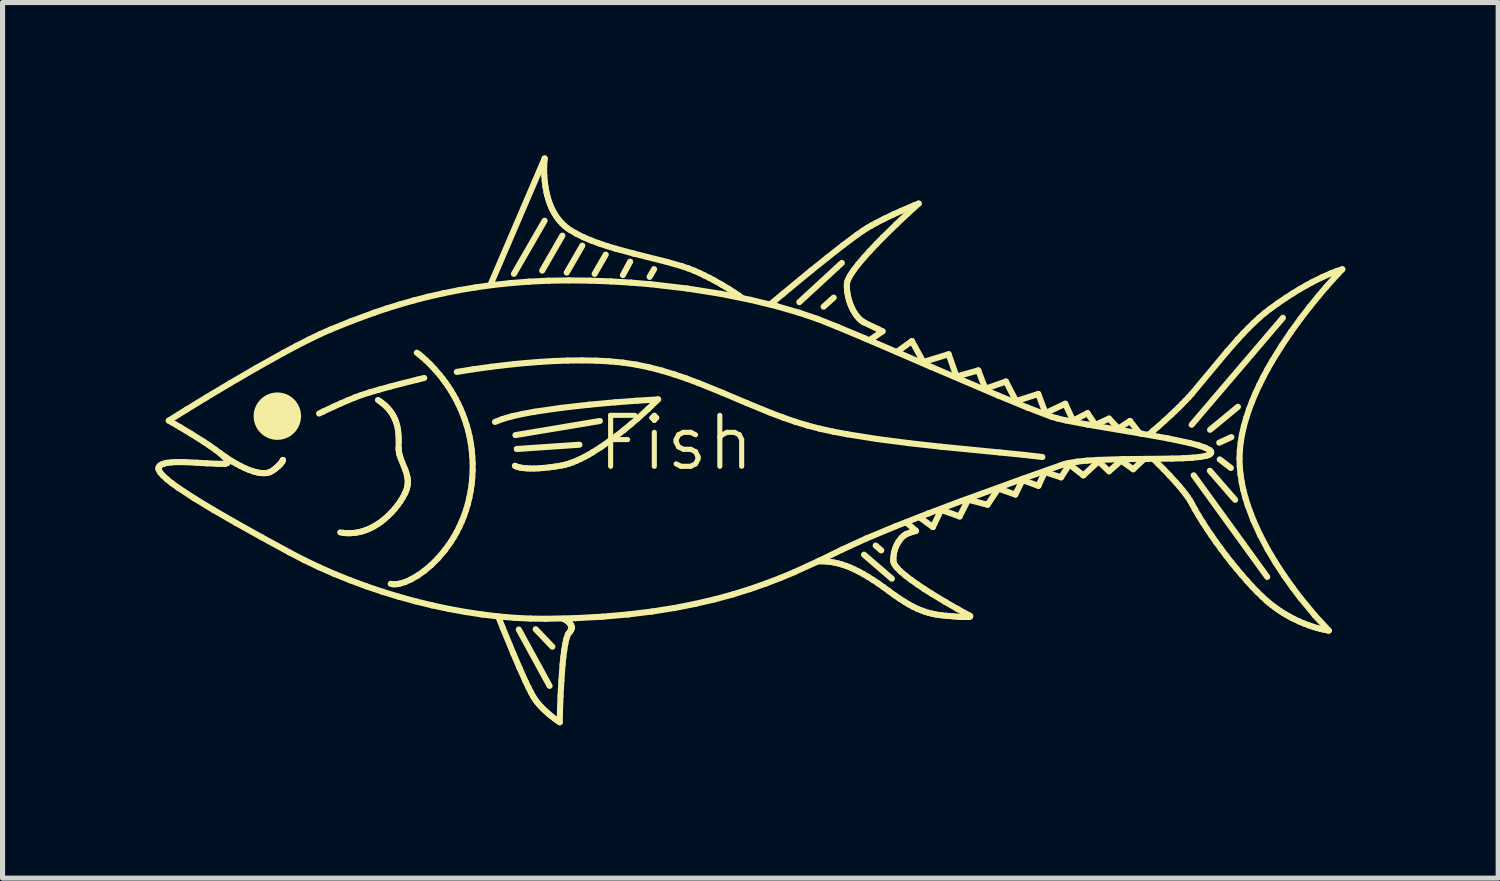
<source format=kicad_pcb>
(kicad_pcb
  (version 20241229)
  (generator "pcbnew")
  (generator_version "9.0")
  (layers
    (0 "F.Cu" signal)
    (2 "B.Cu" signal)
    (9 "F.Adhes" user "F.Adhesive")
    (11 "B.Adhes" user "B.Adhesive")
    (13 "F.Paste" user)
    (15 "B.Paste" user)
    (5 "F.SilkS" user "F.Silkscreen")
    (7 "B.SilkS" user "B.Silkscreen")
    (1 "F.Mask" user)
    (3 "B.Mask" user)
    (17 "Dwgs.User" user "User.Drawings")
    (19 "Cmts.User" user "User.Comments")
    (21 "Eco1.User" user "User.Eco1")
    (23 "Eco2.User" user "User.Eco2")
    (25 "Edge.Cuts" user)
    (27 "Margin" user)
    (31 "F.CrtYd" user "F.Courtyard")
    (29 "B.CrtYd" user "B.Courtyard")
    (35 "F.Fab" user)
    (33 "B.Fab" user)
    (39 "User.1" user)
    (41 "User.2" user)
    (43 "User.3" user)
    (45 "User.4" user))
  (footprint "Fish"
    (layer "F.Cu")
    (at 10.22 6.144)
    (property "Reference" "Fish" (at 0 -0.5 0) (unlocked yes) (layer "F.SilkS") (effects (font (size 1 1) (thickness 0.1))))
    (attr smd)
    (fp_line (start -10.16 0) (end -10.157 -0.02) (stroke (width 0.119) (type solid)) (layer "F.SilkS"))
    (fp_line (start -10.157 -0.02) (end -10.148 -0.037) (stroke (width 0.119) (type solid)) (layer "F.SilkS"))
    (fp_line (start -10.156 0.022) (end -10.16 0) (stroke (width 0.119) (type solid)) (layer "F.SilkS"))
    (fp_line (start -10.148 -0.037) (end -10.134 -0.053) (stroke (width 0.119) (type solid)) (layer "F.SilkS"))
    (fp_line (start -10.134 -0.053) (end -10.117 -0.067) (stroke (width 0.119) (type solid)) (layer "F.SilkS"))
    (fp_line (start -10.129 0.075) (end -10.156 0.022) (stroke (width 0.119) (type solid)) (layer "F.SilkS"))
    (fp_line (start -10.117 -0.067) (end -10.095 -0.079) (stroke (width 0.119) (type solid)) (layer "F.SilkS"))
    (fp_line (start -10.095 -0.079) (end -10.07 -0.089) (stroke (width 0.119) (type solid)) (layer "F.SilkS"))
    (fp_line (start -10.075 0.137) (end -10.129 0.075) (stroke (width 0.119) (type solid)) (layer "F.SilkS"))
    (fp_line (start -10.07 -0.089) (end -10.042 -0.098) (stroke (width 0.119) (type solid)) (layer "F.SilkS"))
    (fp_line (start -10.042 -0.098) (end -10.01 -0.106) (stroke (width 0.119) (type solid)) (layer "F.SilkS"))
    (fp_line (start -10.01 -0.106) (end -9.975 -0.112) (stroke (width 0.119) (type solid)) (layer "F.SilkS"))
    (fp_line (start -9.997 0.209) (end -10.075 0.137) (stroke (width 0.119) (type solid)) (layer "F.SilkS"))
    (fp_line (start -9.975 -0.112) (end -9.898 -0.12) (stroke (width 0.119) (type solid)) (layer "F.SilkS"))
    (fp_line (start -9.958 -0.939) (end -9.605 -1.159) (stroke (width 0.119) (type solid)) (layer "F.SilkS"))
    (fp_line (start -9.898 -0.12) (end -9.812 -0.125) (stroke (width 0.119) (type solid)) (layer "F.SilkS"))
    (fp_line (start -9.896 0.29) (end -9.997 0.209) (stroke (width 0.119) (type solid)) (layer "F.SilkS"))
    (fp_line (start -9.812 -0.125) (end -9.718 -0.125) (stroke (width 0.119) (type solid)) (layer "F.SilkS"))
    (fp_line (start -9.772 0.379) (end -9.896 0.29) (stroke (width 0.119) (type solid)) (layer "F.SilkS"))
    (fp_line (start -9.735 -0.81) (end -9.958 -0.939) (stroke (width 0.119) (type solid)) (layer "F.SilkS"))
    (fp_line (start -9.718 -0.125) (end -9.619 -0.123) (stroke (width 0.119) (type solid)) (layer "F.SilkS"))
    (fp_line (start -9.619 -0.123) (end -9.413 -0.113) (stroke (width 0.119) (type solid)) (layer "F.SilkS"))
    (fp_line (start -9.605 -1.159) (end -9.222 -1.393) (stroke (width 0.119) (type solid)) (layer "F.SilkS"))
    (fp_line (start -9.513 -0.676) (end -9.735 -0.81) (stroke (width 0.119) (type solid)) (layer "F.SilkS"))
    (fp_line (start -9.463 0.582) (end -9.772 0.379) (stroke (width 0.119) (type solid)) (layer "F.SilkS"))
    (fp_line (start -9.413 -0.113) (end -9.208 -0.101) (stroke (width 0.119) (type solid)) (layer "F.SilkS"))
    (fp_line (start -9.27 -0.523) (end -9.513 -0.676) (stroke (width 0.119) (type solid)) (layer "F.SilkS"))
    (fp_line (start -9.222 -1.393) (end -8.752 -1.674) (stroke (width 0.119) (type solid)) (layer "F.SilkS"))
    (fp_line (start -9.208 -0.101) (end -9.019 -0.092) (stroke (width 0.119) (type solid)) (layer "F.SilkS"))
    (fp_line (start -9.153 -0.445) (end -9.27 -0.523) (stroke (width 0.119) (type solid)) (layer "F.SilkS"))
    (fp_line (start -9.081 0.814) (end -9.463 0.582) (stroke (width 0.119) (type solid)) (layer "F.SilkS"))
    (fp_line (start -9.045 -0.369) (end -9.153 -0.445) (stroke (width 0.119) (type solid)) (layer "F.SilkS"))
    (fp_line (start -9.019 -0.092) (end -8.935 -0.09) (stroke (width 0.119) (type solid)) (layer "F.SilkS"))
    (fp_line (start -8.951 -0.298) (end -9.045 -0.369) (stroke (width 0.119) (type solid)) (layer "F.SilkS"))
    (fp_line (start -8.935 -0.09) (end -8.86 -0.092) (stroke (width 0.119) (type solid)) (layer "F.SilkS"))
    (fp_line (start -8.876 -0.233) (end -8.951 -0.298) (stroke (width 0.119) (type solid)) (layer "F.SilkS"))
    (fp_line (start -8.86 -0.092) (end -8.831 -0.097) (stroke (width 0.119) (type solid)) (layer "F.SilkS"))
    (fp_line (start -8.847 -0.204) (end -8.876 -0.233) (stroke (width 0.119) (type solid)) (layer "F.SilkS"))
    (fp_line (start -8.831 -0.215) (end -8.948 -0.297) (stroke (width 0.119) (type solid)) (layer "F.SilkS"))
    (fp_line (start -8.831 -0.097) (end -8.812 -0.105) (stroke (width 0.119) (type solid)) (layer "F.SilkS"))
    (fp_line (start -8.824 -0.178) (end -8.847 -0.204) (stroke (width 0.119) (type solid)) (layer "F.SilkS"))
    (fp_line (start -8.812 -0.105) (end -8.802 -0.118) (stroke (width 0.119) (type solid)) (layer "F.SilkS"))
    (fp_line (start -8.809 -0.155) (end -8.824 -0.178) (stroke (width 0.119) (type solid)) (layer "F.SilkS"))
    (fp_line (start -8.802 -0.118) (end -8.801 -0.134) (stroke (width 0.119) (type solid)) (layer "F.SilkS"))
    (fp_line (start -8.801 -0.134) (end -8.809 -0.155) (stroke (width 0.119) (type solid)) (layer "F.SilkS"))
    (fp_line (start -8.752 -1.674) (end -8.235 -1.975) (stroke (width 0.119) (type solid)) (layer "F.SilkS"))
    (fp_line (start -8.705 -0.134) (end -8.831 -0.215) (stroke (width 0.119) (type solid)) (layer "F.SilkS"))
    (fp_line (start -8.635 1.071) (end -9.081 0.814) (stroke (width 0.119) (type solid)) (layer "F.SilkS"))
    (fp_line (start -8.63 -0.091) (end -8.705 -0.134) (stroke (width 0.119) (type solid)) (layer "F.SilkS"))
    (fp_line (start -8.551 -0.049) (end -8.63 -0.091) (stroke (width 0.119) (type solid)) (layer "F.SilkS"))
    (fp_line (start -8.468 -0.008) (end -8.551 -0.049) (stroke (width 0.119) (type solid)) (layer "F.SilkS"))
    (fp_line (start -8.383 0.028) (end -8.468 -0.008) (stroke (width 0.119) (type solid)) (layer "F.SilkS"))
    (fp_line (start -8.298 0.057) (end -8.383 0.028) (stroke (width 0.119) (type solid)) (layer "F.SilkS"))
    (fp_line (start -8.256 0.069) (end -8.298 0.057) (stroke (width 0.119) (type solid)) (layer "F.SilkS"))
    (fp_line (start -8.235 -1.975) (end -7.708 -2.269) (stroke (width 0.119) (type solid)) (layer "F.SilkS"))
    (fp_line (start -8.214 0.079) (end -8.256 0.069) (stroke (width 0.119) (type solid)) (layer "F.SilkS"))
    (fp_line (start -8.173 0.086) (end -8.214 0.079) (stroke (width 0.119) (type solid)) (layer "F.SilkS"))
    (fp_line (start -8.135 1.35) (end -8.635 1.071) (stroke (width 0.119) (type solid)) (layer "F.SilkS"))
    (fp_line (start -8.134 0.091) (end -8.173 0.086) (stroke (width 0.119) (type solid)) (layer "F.SilkS"))
    (fp_line (start -8.095 0.092) (end -8.134 0.091) (stroke (width 0.119) (type solid)) (layer "F.SilkS"))
    (fp_line (start -8.058 0.091) (end -8.095 0.092) (stroke (width 0.119) (type solid)) (layer "F.SilkS"))
    (fp_line (start -8.022 0.086) (end -8.058 0.091) (stroke (width 0.119) (type solid)) (layer "F.SilkS"))
    (fp_line (start -7.989 0.077) (end -8.022 0.086) (stroke (width 0.119) (type solid)) (layer "F.SilkS"))
    (fp_line (start -7.957 0.064) (end -7.989 0.077) (stroke (width 0.119) (type solid)) (layer "F.SilkS"))
    (fp_line (start -7.927 0.047) (end -7.957 0.064) (stroke (width 0.119) (type solid)) (layer "F.SilkS"))
    (fp_line (start -7.91 0.035) (end -7.927 0.047) (stroke (width 0.119) (type solid)) (layer "F.SilkS"))
    (fp_line (start -7.893 0.023) (end -7.91 0.035) (stroke (width 0.119) (type solid)) (layer "F.SilkS"))
    (fp_line (start -7.878 0.012) (end -7.893 0.023) (stroke (width 0.119) (type solid)) (layer "F.SilkS"))
    (fp_line (start -7.863 0.00044) (end -7.878 0.012) (stroke (width 0.119) (type solid)) (layer "F.SilkS"))
    (fp_line (start -7.849 -0.011) (end -7.863 0.00044) (stroke (width 0.119) (type solid)) (layer "F.SilkS"))
    (fp_line (start -7.836 -0.021) (end -7.849 -0.011) (stroke (width 0.119) (type solid)) (layer "F.SilkS"))
    (fp_line (start -7.824 -0.032) (end -7.836 -0.021) (stroke (width 0.119) (type solid)) (layer "F.SilkS"))
    (fp_line (start -7.813 -0.042) (end -7.824 -0.032) (stroke (width 0.119) (type solid)) (layer "F.SilkS"))
    (fp_line (start -7.803 -0.051) (end -7.813 -0.042) (stroke (width 0.119) (type solid)) (layer "F.SilkS"))
    (fp_line (start -7.793 -0.061) (end -7.803 -0.051) (stroke (width 0.119) (type solid)) (layer "F.SilkS"))
    (fp_line (start -7.784 -0.07) (end -7.793 -0.061) (stroke (width 0.119) (type solid)) (layer "F.SilkS"))
    (fp_line (start -7.776 -0.078) (end -7.784 -0.07) (stroke (width 0.119) (type solid)) (layer "F.SilkS"))
    (fp_line (start -7.769 -0.087) (end -7.776 -0.078) (stroke (width 0.119) (type solid)) (layer "F.SilkS"))
    (fp_line (start -7.762 -0.095) (end -7.769 -0.087) (stroke (width 0.119) (type solid)) (layer "F.SilkS"))
    (fp_line (start -7.756 -0.102) (end -7.762 -0.095) (stroke (width 0.119) (type solid)) (layer "F.SilkS"))
    (fp_line (start -7.75 -0.11) (end -7.756 -0.102) (stroke (width 0.119) (type solid)) (layer "F.SilkS"))
    (fp_line (start -7.745 -0.116) (end -7.75 -0.11) (stroke (width 0.119) (type solid)) (layer "F.SilkS"))
    (fp_line (start -7.741 -0.123) (end -7.745 -0.116) (stroke (width 0.119) (type solid)) (layer "F.SilkS"))
    (fp_line (start -7.737 -0.129) (end -7.741 -0.123) (stroke (width 0.119) (type solid)) (layer "F.SilkS"))
    (fp_line (start -7.733 -0.135) (end -7.737 -0.129) (stroke (width 0.119) (type solid)) (layer "F.SilkS"))
    (fp_line (start -7.727 -0.145) (end -7.733 -0.135) (stroke (width 0.119) (type solid)) (layer "F.SilkS"))
    (fp_line (start -7.723 -0.153) (end -7.727 -0.145) (stroke (width 0.119) (type solid)) (layer "F.SilkS"))
    (fp_line (start -7.72 -0.16) (end -7.723 -0.153) (stroke (width 0.119) (type solid)) (layer "F.SilkS"))
    (fp_line (start -7.719 -0.165) (end -7.72 -0.16) (stroke (width 0.119) (type solid)) (layer "F.SilkS"))
    (fp_line (start -7.718 -0.168) (end -7.719 -0.165) (stroke (width 0.119) (type solid)) (layer "F.SilkS"))
    (fp_line (start -7.708 -2.269) (end -7.453 -2.405) (stroke (width 0.119) (type solid)) (layer "F.SilkS"))
    (fp_line (start -7.59 1.647) (end -8.135 1.35) (stroke (width 0.119) (type solid)) (layer "F.SilkS"))
    (fp_line (start -7.453 -2.405) (end -7.21 -2.529) (stroke (width 0.119) (type solid)) (layer "F.SilkS"))
    (fp_line (start -7.304 1.796) (end -7.59 1.647) (stroke (width 0.119) (type solid)) (layer "F.SilkS"))
    (fp_line (start -7.21 -2.529) (end -6.984 -2.638) (stroke (width 0.119) (type solid)) (layer "F.SilkS"))
    (fp_line (start -7.009 1.937) (end -7.304 1.796) (stroke (width 0.119) (type solid)) (layer "F.SilkS"))
    (fp_line (start -6.984 -2.638) (end -6.78 -2.728) (stroke (width 0.119) (type solid)) (layer "F.SilkS"))
    (fp_line (start -6.924 -1.119) (end -7.008 -1.078) (stroke (width 0.119) (type solid)) (layer "F.SilkS"))
    (fp_line (start -6.78 -2.728) (end -6.374 -2.892) (stroke (width 0.119) (type solid)) (layer "F.SilkS"))
    (fp_line (start -6.713 -1.218) (end -6.924 -1.119) (stroke (width 0.119) (type solid)) (layer "F.SilkS"))
    (fp_line (start -6.706 2.07) (end -7.009 1.937) (stroke (width 0.119) (type solid)) (layer "F.SilkS"))
    (fp_line (start -6.581 -1.277) (end -6.713 -1.218) (stroke (width 0.119) (type solid)) (layer "F.SilkS"))
    (fp_line (start -6.536 1.264) (end -6.592 1.255) (stroke (width 0.119) (type solid)) (layer "F.SilkS"))
    (fp_line (start -6.481 1.269) (end -6.536 1.264) (stroke (width 0.119) (type solid)) (layer "F.SilkS"))
    (fp_line (start -6.442 -1.337) (end -6.581 -1.277) (stroke (width 0.119) (type solid)) (layer "F.SilkS"))
    (fp_line (start -6.427 1.271) (end -6.481 1.269) (stroke (width 0.119) (type solid)) (layer "F.SilkS"))
    (fp_line (start -6.396 2.195) (end -6.706 2.07) (stroke (width 0.119) (type solid)) (layer "F.SilkS"))
    (fp_line (start -6.374 -2.892) (end -5.922 -3.059) (stroke (width 0.119) (type solid)) (layer "F.SilkS"))
    (fp_line (start -6.374 1.269) (end -6.427 1.271) (stroke (width 0.119) (type solid)) (layer "F.SilkS"))
    (fp_line (start -6.322 1.265) (end -6.374 1.269) (stroke (width 0.119) (type solid)) (layer "F.SilkS"))
    (fp_line (start -6.304 -1.394) (end -6.442 -1.337) (stroke (width 0.119) (type solid)) (layer "F.SilkS"))
    (fp_line (start -6.27 1.258) (end -6.322 1.265) (stroke (width 0.119) (type solid)) (layer "F.SilkS"))
    (fp_line (start -6.22 1.248) (end -6.27 1.258) (stroke (width 0.119) (type solid)) (layer "F.SilkS"))
    (fp_line (start -6.175 -1.442) (end -6.304 -1.394) (stroke (width 0.119) (type solid)) (layer "F.SilkS"))
    (fp_line (start -6.17 1.236) (end -6.22 1.248) (stroke (width 0.119) (type solid)) (layer "F.SilkS"))
    (fp_line (start -6.121 1.221) (end -6.17 1.236) (stroke (width 0.119) (type solid)) (layer "F.SilkS"))
    (fp_line (start -6.081 2.312) (end -6.396 2.195) (stroke (width 0.119) (type solid)) (layer "F.SilkS"))
    (fp_line (start -6.073 1.203) (end -6.121 1.221) (stroke (width 0.119) (type solid)) (layer "F.SilkS"))
    (fp_line (start -6.026 1.184) (end -6.073 1.203) (stroke (width 0.119) (type solid)) (layer "F.SilkS"))
    (fp_line (start -6.011 -1.495) (end -6.175 -1.442) (stroke (width 0.119) (type solid)) (layer "F.SilkS"))
    (fp_line (start -5.98 1.162) (end -6.026 1.184) (stroke (width 0.119) (type solid)) (layer "F.SilkS"))
    (fp_line (start -5.936 1.139) (end -5.98 1.162) (stroke (width 0.119) (type solid)) (layer "F.SilkS"))
    (fp_line (start -5.922 -3.059) (end -5.677 -3.141) (stroke (width 0.119) (type solid)) (layer "F.SilkS"))
    (fp_line (start -5.892 1.113) (end -5.936 1.139) (stroke (width 0.119) (type solid)) (layer "F.SilkS"))
    (fp_line (start -5.852 -1.344) (end -5.814 -1.318) (stroke (width 0.119) (type solid)) (layer "F.SilkS"))
    (fp_line (start -5.849 1.086) (end -5.892 1.113) (stroke (width 0.119) (type solid)) (layer "F.SilkS"))
    (fp_line (start -5.82 -1.55) (end -6.011 -1.495) (stroke (width 0.119) (type solid)) (layer "F.SilkS"))
    (fp_line (start -5.814 -1.318) (end -5.779 -1.292) (stroke (width 0.119) (type solid)) (layer "F.SilkS"))
    (fp_line (start -5.808 1.058) (end -5.849 1.086) (stroke (width 0.119) (type solid)) (layer "F.SilkS"))
    (fp_line (start -5.779 -1.292) (end -5.745 -1.265) (stroke (width 0.119) (type solid)) (layer "F.SilkS"))
    (fp_line (start -5.768 1.028) (end -5.808 1.058) (stroke (width 0.119) (type solid)) (layer "F.SilkS"))
    (fp_line (start -5.762 2.42) (end -6.081 2.312) (stroke (width 0.119) (type solid)) (layer "F.SilkS"))
    (fp_line (start -5.745 -1.265) (end -5.714 -1.238) (stroke (width 0.119) (type solid)) (layer "F.SilkS"))
    (fp_line (start -5.729 0.997) (end -5.768 1.028) (stroke (width 0.119) (type solid)) (layer "F.SilkS"))
    (fp_line (start -5.714 -1.238) (end -5.686 -1.211) (stroke (width 0.119) (type solid)) (layer "F.SilkS"))
    (fp_line (start -5.686 -1.211) (end -5.659 -1.183) (stroke (width 0.119) (type solid)) (layer "F.SilkS"))
    (fp_line (start -5.677 -3.141) (end -5.421 -3.22) (stroke (width 0.119) (type solid)) (layer "F.SilkS"))
    (fp_line (start -5.659 -1.183) (end -5.635 -1.155) (stroke (width 0.119) (type solid)) (layer "F.SilkS"))
    (fp_line (start -5.654 0.931) (end -5.729 0.997) (stroke (width 0.119) (type solid)) (layer "F.SilkS"))
    (fp_line (start -5.635 -1.155) (end -5.612 -1.127) (stroke (width 0.119) (type solid)) (layer "F.SilkS"))
    (fp_line (start -5.616 -1.606) (end -5.82 -1.55) (stroke (width 0.119) (type solid)) (layer "F.SilkS"))
    (fp_line (start -5.612 -1.127) (end -5.591 -1.098) (stroke (width 0.119) (type solid)) (layer "F.SilkS"))
    (fp_line (start -5.591 -1.098) (end -5.572 -1.069) (stroke (width 0.119) (type solid)) (layer "F.SilkS"))
    (fp_line (start -5.586 0.862) (end -5.654 0.931) (stroke (width 0.119) (type solid)) (layer "F.SilkS"))
    (fp_line (start -5.572 -1.069) (end -5.555 -1.04) (stroke (width 0.119) (type solid)) (layer "F.SilkS"))
    (fp_line (start -5.565 2.271) (end -5.602 2.264) (stroke (width 0.119) (type solid)) (layer "F.SilkS"))
    (fp_line (start -5.555 -1.04) (end -5.539 -1.011) (stroke (width 0.119) (type solid)) (layer "F.SilkS"))
    (fp_line (start -5.539 -1.011) (end -5.525 -0.982) (stroke (width 0.119) (type solid)) (layer "F.SilkS"))
    (fp_line (start -5.525 -0.982) (end -5.512 -0.952) (stroke (width 0.119) (type solid)) (layer "F.SilkS"))
    (fp_line (start -5.523 2.273) (end -5.565 2.271) (stroke (width 0.119) (type solid)) (layer "F.SilkS"))
    (fp_line (start -5.522 0.791) (end -5.586 0.862) (stroke (width 0.119) (type solid)) (layer "F.SilkS"))
    (fp_line (start -5.512 -0.952) (end -5.501 -0.922) (stroke (width 0.119) (type solid)) (layer "F.SilkS"))
    (fp_line (start -5.501 -0.922) (end -5.491 -0.893) (stroke (width 0.119) (type solid)) (layer "F.SilkS"))
    (fp_line (start -5.491 -0.893) (end -5.474 -0.833) (stroke (width 0.119) (type solid)) (layer "F.SilkS"))
    (fp_line (start -5.478 2.27) (end -5.523 2.273) (stroke (width 0.119) (type solid)) (layer "F.SilkS"))
    (fp_line (start -5.474 -0.833) (end -5.462 -0.772) (stroke (width 0.119) (type solid)) (layer "F.SilkS"))
    (fp_line (start -5.464 0.718) (end -5.522 0.791) (stroke (width 0.119) (type solid)) (layer "F.SilkS"))
    (fp_line (start -5.462 -0.772) (end -5.454 -0.712) (stroke (width 0.119) (type solid)) (layer "F.SilkS"))
    (fp_line (start -5.454 -0.712) (end -5.449 -0.652) (stroke (width 0.119) (type solid)) (layer "F.SilkS"))
    (fp_line (start -5.449 -0.652) (end -5.446 -0.592) (stroke (width 0.119) (type solid)) (layer "F.SilkS"))
    (fp_line (start -5.447 -0.415) (end -5.447 -0.386) (stroke (width 0.119) (type solid)) (layer "F.SilkS"))
    (fp_line (start -5.447 -0.386) (end -5.445 -0.357) (stroke (width 0.119) (type solid)) (layer "F.SilkS"))
    (fp_line (start -5.446 -0.592) (end -5.445 -0.532) (stroke (width 0.119) (type solid)) (layer "F.SilkS"))
    (fp_line (start -5.445 -0.532) (end -5.447 -0.415) (stroke (width 0.119) (type solid)) (layer "F.SilkS"))
    (fp_line (start -5.445 -0.357) (end -5.441 -0.329) (stroke (width 0.119) (type solid)) (layer "F.SilkS"))
    (fp_line (start -5.441 -0.329) (end -5.436 -0.301) (stroke (width 0.119) (type solid)) (layer "F.SilkS"))
    (fp_line (start -5.439 2.518) (end -5.762 2.42) (stroke (width 0.119) (type solid)) (layer "F.SilkS"))
    (fp_line (start -5.436 -0.301) (end -5.43 -0.274) (stroke (width 0.119) (type solid)) (layer "F.SilkS"))
    (fp_line (start -5.43 -0.274) (end -5.422 -0.246) (stroke (width 0.119) (type solid)) (layer "F.SilkS"))
    (fp_line (start -5.428 2.261) (end -5.478 2.27) (stroke (width 0.119) (type solid)) (layer "F.SilkS"))
    (fp_line (start -5.422 -0.246) (end -5.404 -0.192) (stroke (width 0.119) (type solid)) (layer "F.SilkS"))
    (fp_line (start -5.421 -3.22) (end -5.151 -3.297) (stroke (width 0.119) (type solid)) (layer "F.SilkS"))
    (fp_line (start -5.415 -1.659) (end -5.616 -1.606) (stroke (width 0.119) (type solid)) (layer "F.SilkS"))
    (fp_line (start -5.412 0.645) (end -5.464 0.718) (stroke (width 0.119) (type solid)) (layer "F.SilkS"))
    (fp_line (start -5.404 -0.192) (end -5.318 0.022) (stroke (width 0.119) (type solid)) (layer "F.SilkS"))
    (fp_line (start -5.367 0.572) (end -5.412 0.645) (stroke (width 0.119) (type solid)) (layer "F.SilkS"))
    (fp_line (start -5.328 0.502) (end -5.367 0.572) (stroke (width 0.119) (type solid)) (layer "F.SilkS"))
    (fp_line (start -5.319 2.229) (end -5.428 2.261) (stroke (width 0.119) (type solid)) (layer "F.SilkS"))
    (fp_line (start -5.318 0.022) (end -5.299 0.076) (stroke (width 0.119) (type solid)) (layer "F.SilkS"))
    (fp_line (start -5.312 0.467) (end -5.328 0.502) (stroke (width 0.119) (type solid)) (layer "F.SilkS"))
    (fp_line (start -5.299 0.076) (end -5.284 0.132) (stroke (width 0.119) (type solid)) (layer "F.SilkS"))
    (fp_line (start -5.298 0.434) (end -5.312 0.467) (stroke (width 0.119) (type solid)) (layer "F.SilkS"))
    (fp_line (start -5.287 0.401) (end -5.298 0.434) (stroke (width 0.119) (type solid)) (layer "F.SilkS"))
    (fp_line (start -5.284 0.132) (end -5.277 0.16) (stroke (width 0.119) (type solid)) (layer "F.SilkS"))
    (fp_line (start -5.279 0.369) (end -5.287 0.401) (stroke (width 0.119) (type solid)) (layer "F.SilkS"))
    (fp_line (start -5.277 0.16) (end -5.272 0.188) (stroke (width 0.119) (type solid)) (layer "F.SilkS"))
    (fp_line (start -5.273 0.338) (end -5.279 0.369) (stroke (width 0.119) (type solid)) (layer "F.SilkS"))
    (fp_line (start -5.272 0.188) (end -5.269 0.217) (stroke (width 0.119) (type solid)) (layer "F.SilkS"))
    (fp_line (start -5.269 0.217) (end -5.267 0.247) (stroke (width 0.119) (type solid)) (layer "F.SilkS"))
    (fp_line (start -5.269 0.307) (end -5.273 0.338) (stroke (width 0.119) (type solid)) (layer "F.SilkS"))
    (fp_line (start -5.267 0.247) (end -5.267 0.276) (stroke (width 0.119) (type solid)) (layer "F.SilkS"))
    (fp_line (start -5.267 0.276) (end -5.269 0.307) (stroke (width 0.119) (type solid)) (layer "F.SilkS"))
    (fp_line (start -5.2 2.175) (end -5.319 2.229) (stroke (width 0.119) (type solid)) (layer "F.SilkS"))
    (fp_line (start -5.151 -3.297) (end -4.869 -3.37) (stroke (width 0.119) (type solid)) (layer "F.SilkS"))
    (fp_line (start -5.113 2.608) (end -5.439 2.518) (stroke (width 0.119) (type solid)) (layer "F.SilkS"))
    (fp_line (start -5.09 -2.272) (end -5.041 -2.236) (stroke (width 0.119) (type solid)) (layer "F.SilkS"))
    (fp_line (start -5.083 -1.742) (end -5.415 -1.659) (stroke (width 0.119) (type solid)) (layer "F.SilkS"))
    (fp_line (start -5.073 2.102) (end -5.2 2.175) (stroke (width 0.119) (type solid)) (layer "F.SilkS"))
    (fp_line (start -5.041 -2.236) (end -4.986 -2.19) (stroke (width 0.119) (type solid)) (layer "F.SilkS"))
    (fp_line (start -4.986 -2.19) (end -4.914 -2.126) (stroke (width 0.119) (type solid)) (layer "F.SilkS"))
    (fp_line (start -4.945 -1.776) (end -5.083 -1.742) (stroke (width 0.119) (type solid)) (layer "F.SilkS"))
    (fp_line (start -4.94 2.008) (end -5.073 2.102) (stroke (width 0.119) (type solid)) (layer "F.SilkS"))
    (fp_line (start -4.914 -2.126) (end -4.829 -2.044) (stroke (width 0.119) (type solid)) (layer "F.SilkS"))
    (fp_line (start -4.869 -3.37) (end -4.573 -3.437) (stroke (width 0.119) (type solid)) (layer "F.SilkS"))
    (fp_line (start -4.829 -2.044) (end -4.734 -1.943) (stroke (width 0.119) (type solid)) (layer "F.SilkS"))
    (fp_line (start -4.806 1.895) (end -4.94 2.008) (stroke (width 0.119) (type solid)) (layer "F.SilkS"))
    (fp_line (start -4.787 2.687) (end -5.113 2.608) (stroke (width 0.119) (type solid)) (layer "F.SilkS"))
    (fp_line (start -4.734 -1.943) (end -4.633 -1.825) (stroke (width 0.119) (type solid)) (layer "F.SilkS"))
    (fp_line (start -4.673 1.762) (end -4.806 1.895) (stroke (width 0.119) (type solid)) (layer "F.SilkS"))
    (fp_line (start -4.633 -1.825) (end -4.581 -1.759) (stroke (width 0.119) (type solid)) (layer "F.SilkS"))
    (fp_line (start -4.581 -1.759) (end -4.529 -1.689) (stroke (width 0.119) (type solid)) (layer "F.SilkS"))
    (fp_line (start -4.573 -3.437) (end -4.263 -3.499) (stroke (width 0.119) (type solid)) (layer "F.SilkS"))
    (fp_line (start -4.544 1.61) (end -4.673 1.762) (stroke (width 0.119) (type solid)) (layer "F.SilkS"))
    (fp_line (start -4.529 -1.689) (end -4.477 -1.614) (stroke (width 0.119) (type solid)) (layer "F.SilkS"))
    (fp_line (start -4.477 -1.614) (end -4.425 -1.535) (stroke (width 0.119) (type solid)) (layer "F.SilkS"))
    (fp_line (start -4.46 2.757) (end -4.787 2.687) (stroke (width 0.119) (type solid)) (layer "F.SilkS"))
    (fp_line (start -4.425 -1.535) (end -4.375 -1.451) (stroke (width 0.119) (type solid)) (layer "F.SilkS"))
    (fp_line (start -4.421 1.44) (end -4.544 1.61) (stroke (width 0.119) (type solid)) (layer "F.SilkS"))
    (fp_line (start -4.375 -1.451) (end -4.325 -1.363) (stroke (width 0.119) (type solid)) (layer "F.SilkS"))
    (fp_line (start -4.364 1.348) (end -4.421 1.44) (stroke (width 0.119) (type solid)) (layer "F.SilkS"))
    (fp_line (start -4.325 -1.363) (end -4.278 -1.271) (stroke (width 0.119) (type solid)) (layer "F.SilkS"))
    (fp_line (start -4.309 1.251) (end -4.364 1.348) (stroke (width 0.119) (type solid)) (layer "F.SilkS"))
    (fp_line (start -4.305 -1.895) (end -3.985 -1.946) (stroke (width 0.119) (type solid)) (layer "F.SilkS"))
    (fp_line (start -4.278 -1.271) (end -4.233 -1.174) (stroke (width 0.119) (type solid)) (layer "F.SilkS"))
    (fp_line (start -4.263 -3.499) (end -3.94 -3.553) (stroke (width 0.119) (type solid)) (layer "F.SilkS"))
    (fp_line (start -4.257 1.149) (end -4.309 1.251) (stroke (width 0.119) (type solid)) (layer "F.SilkS"))
    (fp_line (start -4.233 -1.174) (end -4.19 -1.072) (stroke (width 0.119) (type solid)) (layer "F.SilkS"))
    (fp_line (start -4.209 1.043) (end -4.257 1.149) (stroke (width 0.119) (type solid)) (layer "F.SilkS"))
    (fp_line (start -4.19 -1.072) (end -4.151 -0.966) (stroke (width 0.119) (type solid)) (layer "F.SilkS"))
    (fp_line (start -4.164 0.933) (end -4.209 1.043) (stroke (width 0.119) (type solid)) (layer "F.SilkS"))
    (fp_line (start -4.151 -0.966) (end -4.114 -0.856) (stroke (width 0.119) (type solid)) (layer "F.SilkS"))
    (fp_line (start -4.134 2.816) (end -4.46 2.757) (stroke (width 0.119) (type solid)) (layer "F.SilkS"))
    (fp_line (start -4.124 0.818) (end -4.164 0.933) (stroke (width 0.119) (type solid)) (layer "F.SilkS"))
    (fp_line (start -4.114 -0.856) (end -4.082 -0.742) (stroke (width 0.119) (type solid)) (layer "F.SilkS"))
    (fp_line (start -4.089 0.699) (end -4.124 0.818) (stroke (width 0.119) (type solid)) (layer "F.SilkS"))
    (fp_line (start -4.082 -0.742) (end -4.054 -0.623) (stroke (width 0.119) (type solid)) (layer "F.SilkS"))
    (fp_line (start -4.059 0.575) (end -4.089 0.699) (stroke (width 0.119) (type solid)) (layer "F.SilkS"))
    (fp_line (start -4.054 -0.623) (end -4.031 -0.499) (stroke (width 0.119) (type solid)) (layer "F.SilkS"))
    (fp_line (start -4.034 0.447) (end -4.059 0.575) (stroke (width 0.119) (type solid)) (layer "F.SilkS"))
    (fp_line (start -4.031 -0.499) (end -4.013 -0.372) (stroke (width 0.119) (type solid)) (layer "F.SilkS"))
    (fp_line (start -4.014 0.315) (end -4.034 0.447) (stroke (width 0.119) (type solid)) (layer "F.SilkS"))
    (fp_line (start -4.013 -0.372) (end -4.001 -0.24) (stroke (width 0.119) (type solid)) (layer "F.SilkS"))
    (fp_line (start -4.001 0.178) (end -4.014 0.315) (stroke (width 0.119) (type solid)) (layer "F.SilkS"))
    (fp_line (start -4.001 -0.24) (end -3.994 -0.103) (stroke (width 0.119) (type solid)) (layer "F.SilkS"))
    (fp_line (start -3.994 -0.103) (end -3.994 0.037) (stroke (width 0.119) (type solid)) (layer "F.SilkS"))
    (fp_line (start -3.994 0.037) (end -4.001 0.178) (stroke (width 0.119) (type solid)) (layer "F.SilkS"))
    (fp_line (start -3.985 -1.946) (end -3.63 -1.996) (stroke (width 0.119) (type solid)) (layer "F.SilkS"))
    (fp_line (start -3.94 -3.553) (end -3.603 -3.6) (stroke (width 0.119) (type solid)) (layer "F.SilkS"))
    (fp_line (start -3.81 2.865) (end -4.134 2.816) (stroke (width 0.119) (type solid)) (layer "F.SilkS"))
    (fp_line (start -3.644 -3.605) (end -2.581 -6.084) (stroke (width 0.119) (type solid)) (layer "F.SilkS"))
    (fp_line (start -3.63 -1.996) (end -3.182 -2.048) (stroke (width 0.119) (type solid)) (layer "F.SilkS"))
    (fp_line (start -3.603 -3.6) (end -3.251 -3.638) (stroke (width 0.119) (type solid)) (layer "F.SilkS"))
    (fp_line (start -3.555 -0.913) (end -3.413 -0.969) (stroke (width 0.119) (type solid)) (layer "F.SilkS"))
    (fp_line (start -3.489 2.904) (end -3.81 2.865) (stroke (width 0.119) (type solid)) (layer "F.SilkS"))
    (fp_line (start -3.489 2.911) (end -3.402 3.131) (stroke (width 0.119) (type solid)) (layer "F.SilkS"))
    (fp_line (start -3.413 -0.969) (end -3.232 -1.021) (stroke (width 0.119) (type solid)) (layer "F.SilkS"))
    (fp_line (start -3.402 3.131) (end -3.195 3.633) (stroke (width 0.119) (type solid)) (layer "F.SilkS"))
    (fp_line (start -3.251 -3.638) (end -2.885 -3.667) (stroke (width 0.119) (type solid)) (layer "F.SilkS"))
    (fp_line (start -3.232 -1.021) (end -3.019 -1.069) (stroke (width 0.119) (type solid)) (layer "F.SilkS"))
    (fp_line (start -3.195 3.633) (end -3.073 3.917) (stroke (width 0.119) (type solid)) (layer "F.SilkS"))
    (fp_line (start -3.184 -3.819) (end -2.582 -4.862) (stroke (width 0.119) (type solid)) (layer "F.SilkS"))
    (fp_line (start -3.182 -2.048) (end -2.932 -2.071) (stroke (width 0.119) (type solid)) (layer "F.SilkS"))
    (fp_line (start -3.173 2.931) (end -3.489 2.904) (stroke (width 0.119) (type solid)) (layer "F.SilkS"))
    (fp_line (start -3.156 -0.048) (end -3.165 -0.053) (stroke (width 0.119) (type solid)) (layer "F.SilkS"))
    (fp_line (start -3.154 -0.655) (end -1.497 -0.932) (stroke (width 0.119) (type solid)) (layer "F.SilkS"))
    (fp_line (start -3.129 -0.382) (end -1.899 -0.466) (stroke (width 0.119) (type solid)) (layer "F.SilkS"))
    (fp_line (start -3.126 -0.035) (end -3.156 -0.048) (stroke (width 0.119) (type solid)) (layer "F.SilkS"))
    (fp_line (start -3.089 3.16) (end -2.484 4.267) (stroke (width 0.119) (type solid)) (layer "F.SilkS"))
    (fp_line (start -3.073 3.917) (end -2.954 4.183) (stroke (width 0.119) (type solid)) (layer "F.SilkS"))
    (fp_line (start -3.07 -0.02) (end -3.126 -0.035) (stroke (width 0.119) (type solid)) (layer "F.SilkS"))
    (fp_line (start -3.031 -0.013) (end -3.07 -0.02) (stroke (width 0.119) (type solid)) (layer "F.SilkS"))
    (fp_line (start -3.019 -1.069) (end -2.782 -1.113) (stroke (width 0.119) (type solid)) (layer "F.SilkS"))
    (fp_line (start -2.983 -0.006) (end -3.031 -0.013) (stroke (width 0.119) (type solid)) (layer "F.SilkS"))
    (fp_line (start -2.954 4.183) (end -2.898 4.3) (stroke (width 0.119) (type solid)) (layer "F.SilkS"))
    (fp_line (start -2.932 -2.071) (end -2.67 -2.092) (stroke (width 0.119) (type solid)) (layer "F.SilkS"))
    (fp_line (start -2.927 -0.002) (end -2.983 -0.006) (stroke (width 0.119) (type solid)) (layer "F.SilkS"))
    (fp_line (start -2.898 4.3) (end -2.846 4.402) (stroke (width 0.119) (type solid)) (layer "F.SilkS"))
    (fp_line (start -2.885 -3.667) (end -2.503 -3.685) (stroke (width 0.119) (type solid)) (layer "F.SilkS"))
    (fp_line (start -2.862 0.001) (end -2.927 -0.002) (stroke (width 0.119) (type solid)) (layer "F.SilkS"))
    (fp_line (start -2.862 2.946) (end -3.173 2.931) (stroke (width 0.119) (type solid)) (layer "F.SilkS"))
    (fp_line (start -2.846 4.402) (end -2.8 4.485) (stroke (width 0.119) (type solid)) (layer "F.SilkS"))
    (fp_line (start -2.8 4.485) (end -2.762 4.544) (stroke (width 0.119) (type solid)) (layer "F.SilkS"))
    (fp_line (start -2.787 0.001) (end -2.862 0.001) (stroke (width 0.119) (type solid)) (layer "F.SilkS"))
    (fp_line (start -2.782 -1.113) (end -2.258 -1.189) (stroke (width 0.119) (type solid)) (layer "F.SilkS"))
    (fp_line (start -2.762 4.544) (end -2.726 4.591) (stroke (width 0.119) (type solid)) (layer "F.SilkS"))
    (fp_line (start -2.757 3.155) (end -2.429 3.498) (stroke (width 0.119) (type solid)) (layer "F.SilkS"))
    (fp_line (start -2.726 4.591) (end -2.688 4.635) (stroke (width 0.119) (type solid)) (layer "F.SilkS"))
    (fp_line (start -2.702 -0.002) (end -2.787 0.001) (stroke (width 0.119) (type solid)) (layer "F.SilkS"))
    (fp_line (start -2.688 4.635) (end -2.649 4.678) (stroke (width 0.119) (type solid)) (layer "F.SilkS"))
    (fp_line (start -2.67 -2.092) (end -2.399 -2.108) (stroke (width 0.119) (type solid)) (layer "F.SilkS"))
    (fp_line (start -2.649 4.678) (end -2.609 4.719) (stroke (width 0.119) (type solid)) (layer "F.SilkS"))
    (fp_line (start -2.629 -3.883) (end -2.233 -4.57) (stroke (width 0.119) (type solid)) (layer "F.SilkS"))
    (fp_line (start -2.609 4.719) (end -2.569 4.757) (stroke (width 0.119) (type solid)) (layer "F.SilkS"))
    (fp_line (start -2.606 -0.01) (end -2.702 -0.002) (stroke (width 0.119) (type solid)) (layer "F.SilkS"))
    (fp_line (start -2.591 -5.84) (end -2.588 -5.747) (stroke (width 0.119) (type solid)) (layer "F.SilkS"))
    (fp_line (start -2.591 -5.922) (end -2.591 -5.84) (stroke (width 0.119) (type solid)) (layer "F.SilkS"))
    (fp_line (start -2.588 -5.747) (end -2.58 -5.644) (stroke (width 0.119) (type solid)) (layer "F.SilkS"))
    (fp_line (start -2.585 -6.04) (end -2.591 -5.922) (stroke (width 0.119) (type solid)) (layer "F.SilkS"))
    (fp_line (start -2.581 -6.084) (end -2.585 -6.04) (stroke (width 0.119) (type solid)) (layer "F.SilkS"))
    (fp_line (start -2.58 -5.644) (end -2.566 -5.534) (stroke (width 0.119) (type solid)) (layer "F.SilkS"))
    (fp_line (start -2.569 4.757) (end -2.53 4.793) (stroke (width 0.119) (type solid)) (layer "F.SilkS"))
    (fp_line (start -2.566 -5.534) (end -2.545 -5.42) (stroke (width 0.119) (type solid)) (layer "F.SilkS"))
    (fp_line (start -2.557 2.95) (end -2.862 2.946) (stroke (width 0.119) (type solid)) (layer "F.SilkS"))
    (fp_line (start -2.545 -5.42) (end -2.531 -5.361) (stroke (width 0.119) (type solid)) (layer "F.SilkS"))
    (fp_line (start -2.531 -5.361) (end -2.515 -5.303) (stroke (width 0.119) (type solid)) (layer "F.SilkS"))
    (fp_line (start -2.53 4.793) (end -2.491 4.826) (stroke (width 0.119) (type solid)) (layer "F.SilkS"))
    (fp_line (start -2.515 -5.303) (end -2.497 -5.244) (stroke (width 0.119) (type solid)) (layer "F.SilkS"))
    (fp_line (start -2.503 -3.685) (end -2.107 -3.691) (stroke (width 0.119) (type solid)) (layer "F.SilkS"))
    (fp_line (start -2.498 -0.021) (end -2.606 -0.01) (stroke (width 0.119) (type solid)) (layer "F.SilkS"))
    (fp_line (start -2.497 -5.244) (end -2.476 -5.186) (stroke (width 0.119) (type solid)) (layer "F.SilkS"))
    (fp_line (start -2.491 4.826) (end -2.454 4.857) (stroke (width 0.119) (type solid)) (layer "F.SilkS"))
    (fp_line (start -2.476 -5.186) (end -2.452 -5.128) (stroke (width 0.119) (type solid)) (layer "F.SilkS"))
    (fp_line (start -2.454 4.857) (end -2.387 4.909) (stroke (width 0.119) (type solid)) (layer "F.SilkS"))
    (fp_line (start -2.452 -5.128) (end -2.425 -5.071) (stroke (width 0.119) (type solid)) (layer "F.SilkS"))
    (fp_line (start -2.425 -5.071) (end -2.395 -5.015) (stroke (width 0.119) (type solid)) (layer "F.SilkS"))
    (fp_line (start -2.399 -2.108) (end -2.124 -2.118) (stroke (width 0.119) (type solid)) (layer "F.SilkS"))
    (fp_line (start -2.395 -5.015) (end -2.362 -4.961) (stroke (width 0.119) (type solid)) (layer "F.SilkS"))
    (fp_line (start -2.387 4.909) (end -2.334 4.948) (stroke (width 0.119) (type solid)) (layer "F.SilkS"))
    (fp_line (start -2.378 -0.037) (end -2.498 -0.021) (stroke (width 0.119) (type solid)) (layer "F.SilkS"))
    (fp_line (start -2.362 -4.961) (end -2.325 -4.908) (stroke (width 0.119) (type solid)) (layer "F.SilkS"))
    (fp_line (start -2.334 4.948) (end -2.285 4.981) (stroke (width 0.119) (type solid)) (layer "F.SilkS"))
    (fp_line (start -2.325 -4.908) (end -2.285 -4.858) (stroke (width 0.119) (type solid)) (layer "F.SilkS"))
    (fp_line (start -2.285 4.981) (end -2.279 4.728) (stroke (width 0.119) (type solid)) (layer "F.SilkS"))
    (fp_line (start -2.285 -4.858) (end -2.241 -4.81) (stroke (width 0.119) (type solid)) (layer "F.SilkS"))
    (fp_line (start -2.279 4.728) (end -2.269 4.466) (stroke (width 0.119) (type solid)) (layer "F.SilkS"))
    (fp_line (start -2.269 4.466) (end -2.252 4.161) (stroke (width 0.119) (type solid)) (layer "F.SilkS"))
    (fp_line (start -2.258 -1.189) (end -1.712 -1.251) (stroke (width 0.119) (type solid)) (layer "F.SilkS"))
    (fp_line (start -2.252 4.161) (end -2.229 3.848) (stroke (width 0.119) (type solid)) (layer "F.SilkS"))
    (fp_line (start -2.246 -0.059) (end -2.378 -0.037) (stroke (width 0.119) (type solid)) (layer "F.SilkS"))
    (fp_line (start -2.241 -4.81) (end -2.193 -4.764) (stroke (width 0.119) (type solid)) (layer "F.SilkS"))
    (fp_line (start -2.229 3.848) (end -2.214 3.7) (stroke (width 0.119) (type solid)) (layer "F.SilkS"))
    (fp_line (start -2.214 3.7) (end -2.196 3.563) (stroke (width 0.119) (type solid)) (layer "F.SilkS"))
    (fp_line (start -2.203 2.954) (end -2.214 2.949) (stroke (width 0.119) (type solid)) (layer "F.SilkS"))
    (fp_line (start -2.196 3.563) (end -2.176 3.443) (stroke (width 0.119) (type solid)) (layer "F.SilkS"))
    (fp_line (start -2.193 -4.764) (end -2.141 -4.721) (stroke (width 0.119) (type solid)) (layer "F.SilkS"))
    (fp_line (start -2.19 2.961) (end -2.203 2.954) (stroke (width 0.119) (type solid)) (layer "F.SilkS"))
    (fp_line (start -2.176 3.443) (end -2.154 3.343) (stroke (width 0.119) (type solid)) (layer "F.SilkS"))
    (fp_line (start -2.175 -0.075) (end -2.246 -0.059) (stroke (width 0.119) (type solid)) (layer "F.SilkS"))
    (fp_line (start -2.174 2.969) (end -2.19 2.961) (stroke (width 0.119) (type solid)) (layer "F.SilkS"))
    (fp_line (start -2.156 2.98) (end -2.174 2.969) (stroke (width 0.119) (type solid)) (layer "F.SilkS"))
    (fp_line (start -2.154 3.343) (end -2.128 3.267) (stroke (width 0.119) (type solid)) (layer "F.SilkS"))
    (fp_line (start -2.148 -3.844) (end -1.842 -4.373) (stroke (width 0.119) (type solid)) (layer "F.SilkS"))
    (fp_line (start -2.141 -4.721) (end -2.085 -4.682) (stroke (width 0.119) (type solid)) (layer "F.SilkS"))
    (fp_line (start -2.136 2.994) (end -2.156 2.98) (stroke (width 0.119) (type solid)) (layer "F.SilkS"))
    (fp_line (start -2.128 3.267) (end -2.115 3.241) (stroke (width 0.119) (type solid)) (layer "F.SilkS"))
    (fp_line (start -2.124 -2.118) (end -1.846 -2.121) (stroke (width 0.119) (type solid)) (layer "F.SilkS"))
    (fp_line (start -2.117 3.009) (end -2.136 2.994) (stroke (width 0.119) (type solid)) (layer "F.SilkS"))
    (fp_line (start -2.115 3.241) (end -2.1 3.222) (stroke (width 0.119) (type solid)) (layer "F.SilkS"))
    (fp_line (start -2.107 3.017) (end -2.117 3.009) (stroke (width 0.119) (type solid)) (layer "F.SilkS"))
    (fp_line (start -2.107 -3.691) (end -1.687 -3.686) (stroke (width 0.119) (type solid)) (layer "F.SilkS"))
    (fp_line (start -2.102 -0.096) (end -2.175 -0.075) (stroke (width 0.119) (type solid)) (layer "F.SilkS"))
    (fp_line (start -2.1 3.222) (end -2.087 3.207) (stroke (width 0.119) (type solid)) (layer "F.SilkS"))
    (fp_line (start -2.098 3.026) (end -2.107 3.017) (stroke (width 0.119) (type solid)) (layer "F.SilkS"))
    (fp_line (start -2.089 3.035) (end -2.098 3.026) (stroke (width 0.119) (type solid)) (layer "F.SilkS"))
    (fp_line (start -2.087 3.207) (end -2.075 3.192) (stroke (width 0.119) (type solid)) (layer "F.SilkS"))
    (fp_line (start -2.085 -4.682) (end -1.959 -4.608) (stroke (width 0.119) (type solid)) (layer "F.SilkS"))
    (fp_line (start -2.081 3.045) (end -2.089 3.035) (stroke (width 0.119) (type solid)) (layer "F.SilkS"))
    (fp_line (start -2.075 3.192) (end -2.066 3.178) (stroke (width 0.119) (type solid)) (layer "F.SilkS"))
    (fp_line (start -2.073 3.055) (end -2.081 3.045) (stroke (width 0.119) (type solid)) (layer "F.SilkS"))
    (fp_line (start -2.067 3.066) (end -2.073 3.055) (stroke (width 0.119) (type solid)) (layer "F.SilkS"))
    (fp_line (start -2.066 3.178) (end -2.06 3.164) (stroke (width 0.119) (type solid)) (layer "F.SilkS"))
    (fp_line (start -2.061 3.077) (end -2.067 3.066) (stroke (width 0.119) (type solid)) (layer "F.SilkS"))
    (fp_line (start -2.06 3.164) (end -2.055 3.151) (stroke (width 0.119) (type solid)) (layer "F.SilkS"))
    (fp_line (start -2.056 3.088) (end -2.061 3.077) (stroke (width 0.119) (type solid)) (layer "F.SilkS"))
    (fp_line (start -2.055 3.151) (end -2.052 3.137) (stroke (width 0.119) (type solid)) (layer "F.SilkS"))
    (fp_line (start -2.053 3.1) (end -2.056 3.088) (stroke (width 0.119) (type solid)) (layer "F.SilkS"))
    (fp_line (start -2.052 3.137) (end -2.051 3.125) (stroke (width 0.119) (type solid)) (layer "F.SilkS"))
    (fp_line (start -2.051 3.112) (end -2.053 3.1) (stroke (width 0.119) (type solid)) (layer "F.SilkS"))
    (fp_line (start -2.051 3.125) (end -2.051 3.112) (stroke (width 0.119) (type solid)) (layer "F.SilkS"))
    (fp_line (start -2.028 -0.122) (end -2.102 -0.096) (stroke (width 0.119) (type solid)) (layer "F.SilkS"))
    (fp_line (start -1.983 2.938) (end -2.557 2.95) (stroke (width 0.119) (type solid)) (layer "F.SilkS"))
    (fp_line (start -1.959 -4.608) (end -1.821 -4.539) (stroke (width 0.119) (type solid)) (layer "F.SilkS"))
    (fp_line (start -1.952 -0.153) (end -2.028 -0.122) (stroke (width 0.119) (type solid)) (layer "F.SilkS"))
    (fp_line (start -1.874 -0.189) (end -1.952 -0.153) (stroke (width 0.119) (type solid)) (layer "F.SilkS"))
    (fp_line (start -1.846 -2.121) (end -1.571 -2.116) (stroke (width 0.119) (type solid)) (layer "F.SilkS"))
    (fp_line (start -1.821 -4.539) (end -1.673 -4.476) (stroke (width 0.119) (type solid)) (layer "F.SilkS"))
    (fp_line (start -1.796 -0.228) (end -1.874 -0.189) (stroke (width 0.119) (type solid)) (layer "F.SilkS"))
    (fp_line (start -1.717 -0.271) (end -1.796 -0.228) (stroke (width 0.119) (type solid)) (layer "F.SilkS"))
    (fp_line (start -1.712 -1.251) (end -1.196 -1.298) (stroke (width 0.119) (type solid)) (layer "F.SilkS"))
    (fp_line (start -1.687 -3.686) (end -1.28 -3.671) (stroke (width 0.119) (type solid)) (layer "F.SilkS"))
    (fp_line (start -1.673 -4.476) (end -1.515 -4.417) (stroke (width 0.119) (type solid)) (layer "F.SilkS"))
    (fp_line (start -1.638 -0.318) (end -1.717 -0.271) (stroke (width 0.119) (type solid)) (layer "F.SilkS"))
    (fp_line (start -1.6 -3.819) (end -1.382 -4.197) (stroke (width 0.119) (type solid)) (layer "F.SilkS"))
    (fp_line (start -1.571 -2.116) (end -1.302 -2.102) (stroke (width 0.119) (type solid)) (layer "F.SilkS"))
    (fp_line (start -1.515 -4.417) (end -1.351 -4.363) (stroke (width 0.119) (type solid)) (layer "F.SilkS"))
    (fp_line (start -1.479 -0.419) (end -1.638 -0.318) (stroke (width 0.119) (type solid)) (layer "F.SilkS"))
    (fp_line (start -1.445 2.909) (end -1.983 2.938) (stroke (width 0.119) (type solid)) (layer "F.SilkS"))
    (fp_line (start -1.351 -4.363) (end -1.183 -4.312) (stroke (width 0.119) (type solid)) (layer "F.SilkS"))
    (fp_line (start -1.322 -0.528) (end -1.479 -0.419) (stroke (width 0.119) (type solid)) (layer "F.SilkS"))
    (fp_line (start -1.302 -2.102) (end -1.042 -2.077) (stroke (width 0.119) (type solid)) (layer "F.SilkS"))
    (fp_line (start -1.28 -3.671) (end -0.885 -3.647) (stroke (width 0.119) (type solid)) (layer "F.SilkS"))
    (fp_line (start -1.196 -1.298) (end -0.763 -1.33) (stroke (width 0.119) (type solid)) (layer "F.SilkS"))
    (fp_line (start -1.183 -4.312) (end -0.838 -4.219) (stroke (width 0.119) (type solid)) (layer "F.SilkS"))
    (fp_line (start -1.169 -0.642) (end -1.322 -0.528) (stroke (width 0.119) (type solid)) (layer "F.SilkS"))
    (fp_line (start -1.045 -3.795) (end -0.903 -4.058) (stroke (width 0.119) (type solid)) (layer "F.SilkS"))
    (fp_line (start -1.042 -2.077) (end -0.783 -2.038) (stroke (width 0.119) (type solid)) (layer "F.SilkS"))
    (fp_line (start -1.022 -0.757) (end -1.169 -0.642) (stroke (width 0.119) (type solid)) (layer "F.SilkS"))
    (fp_line (start -0.942 2.865) (end -1.445 2.909) (stroke (width 0.119) (type solid)) (layer "F.SilkS"))
    (fp_line (start -0.885 -3.647) (end -0.503 -3.616) (stroke (width 0.119) (type solid)) (layer "F.SilkS"))
    (fp_line (start -0.884 -0.871) (end -1.022 -0.757) (stroke (width 0.119) (type solid)) (layer "F.SilkS"))
    (fp_line (start -0.838 -4.219) (end -0.174 -4.052) (stroke (width 0.119) (type solid)) (layer "F.SilkS"))
    (fp_line (start -0.783 -2.038) (end -0.53 -1.985) (stroke (width 0.119) (type solid)) (layer "F.SilkS"))
    (fp_line (start -0.763 -1.33) (end -0.354 -1.356) (stroke (width 0.119) (type solid)) (layer "F.SilkS"))
    (fp_line (start -0.757 -0.98) (end -0.884 -0.871) (stroke (width 0.119) (type solid)) (layer "F.SilkS"))
    (fp_line (start -0.545 -1.172) (end -0.757 -0.98) (stroke (width 0.119) (type solid)) (layer "F.SilkS"))
    (fp_line (start -0.53 -1.985) (end -0.281 -1.921) (stroke (width 0.119) (type solid)) (layer "F.SilkS"))
    (fp_line (start -0.521 -3.76) (end -0.433 -3.912) (stroke (width 0.119) (type solid)) (layer "F.SilkS"))
    (fp_line (start -0.503 -3.616) (end 0.216 -3.532) (stroke (width 0.119) (type solid)) (layer "F.SilkS"))
    (fp_line (start -0.472 2.807) (end -0.942 2.865) (stroke (width 0.119) (type solid)) (layer "F.SilkS"))
    (fp_line (start -0.354 -1.356) (end -0.545 -1.172) (stroke (width 0.119) (type solid)) (layer "F.SilkS"))
    (fp_line (start -0.281 -1.921) (end -0.036 -1.846) (stroke (width 0.119) (type solid)) (layer "F.SilkS"))
    (fp_line (start -0.174 -4.052) (end 0.115 -3.969) (stroke (width 0.119) (type solid)) (layer "F.SilkS"))
    (fp_line (start -0.036 -1.846) (end 0.206 -1.764) (stroke (width 0.119) (type solid)) (layer "F.SilkS"))
    (fp_line (start -0.032 2.738) (end -0.472 2.807) (stroke (width 0.119) (type solid)) (layer "F.SilkS"))
    (fp_line (start 0.115 -3.969) (end 0.242 -3.926) (stroke (width 0.119) (type solid)) (layer "F.SilkS"))
    (fp_line (start 0.206 -1.764) (end 0.445 -1.674) (stroke (width 0.119) (type solid)) (layer "F.SilkS"))
    (fp_line (start 0.216 -3.532) (end 0.874 -3.428) (stroke (width 0.119) (type solid)) (layer "F.SilkS"))
    (fp_line (start 0.242 -3.926) (end 0.356 -3.881) (stroke (width 0.119) (type solid)) (layer "F.SilkS"))
    (fp_line (start 0.356 -3.881) (end 0.459 -3.835) (stroke (width 0.119) (type solid)) (layer "F.SilkS"))
    (fp_line (start 0.377 2.657) (end -0.032 2.738) (stroke (width 0.119) (type solid)) (layer "F.SilkS"))
    (fp_line (start 0.445 -1.674) (end 0.918 -1.482) (stroke (width 0.119) (type solid)) (layer "F.SilkS"))
    (fp_line (start 0.459 -3.835) (end 0.557 -3.788) (stroke (width 0.119) (type solid)) (layer "F.SilkS"))
    (fp_line (start 0.557 -3.788) (end 0.651 -3.741) (stroke (width 0.119) (type solid)) (layer "F.SilkS"))
    (fp_line (start 0.651 -3.741) (end 0.739 -3.695) (stroke (width 0.119) (type solid)) (layer "F.SilkS"))
    (fp_line (start 0.739 -3.695) (end 0.898 -3.605) (stroke (width 0.119) (type solid)) (layer "F.SilkS"))
    (fp_line (start 0.76 2.568) (end 0.377 2.657) (stroke (width 0.119) (type solid)) (layer "F.SilkS"))
    (fp_line (start 0.874 -3.428) (end 1.463 -3.309) (stroke (width 0.119) (type solid)) (layer "F.SilkS"))
    (fp_line (start 0.898 -3.605) (end 1.034 -3.523) (stroke (width 0.119) (type solid)) (layer "F.SilkS"))
    (fp_line (start 0.918 -1.482) (end 1.387 -1.283) (stroke (width 0.119) (type solid)) (layer "F.SilkS"))
    (fp_line (start 1.034 -3.523) (end 1.143 -3.453) (stroke (width 0.119) (type solid)) (layer "F.SilkS"))
    (fp_line (start 1.116 2.471) (end 0.76 2.568) (stroke (width 0.119) (type solid)) (layer "F.SilkS"))
    (fp_line (start 1.143 -3.453) (end 1.224 -3.398) (stroke (width 0.119) (type solid)) (layer "F.SilkS"))
    (fp_line (start 1.224 -3.398) (end 1.291 -3.349) (stroke (width 0.119) (type solid)) (layer "F.SilkS"))
    (fp_line (start 1.387 -1.283) (end 1.857 -1.09) (stroke (width 0.119) (type solid)) (layer "F.SilkS"))
    (fp_line (start 1.449 2.367) (end 1.116 2.471) (stroke (width 0.119) (type solid)) (layer "F.SilkS"))
    (fp_line (start 1.463 -3.309) (end 1.979 -3.183) (stroke (width 0.119) (type solid)) (layer "F.SilkS"))
    (fp_line (start 1.759 2.259) (end 1.449 2.367) (stroke (width 0.119) (type solid)) (layer "F.SilkS"))
    (fp_line (start 1.848 -3.221) (end 2.087 -3.42) (stroke (width 0.119) (type solid)) (layer "F.SilkS"))
    (fp_line (start 1.857 -1.09) (end 2.094 -1.001) (stroke (width 0.119) (type solid)) (layer "F.SilkS"))
    (fp_line (start 1.979 -3.183) (end 2.416 -3.056) (stroke (width 0.119) (type solid)) (layer "F.SilkS"))
    (fp_line (start 2.048 2.148) (end 1.759 2.259) (stroke (width 0.119) (type solid)) (layer "F.SilkS"))
    (fp_line (start 2.087 -3.42) (end 2.642 -3.878) (stroke (width 0.119) (type solid)) (layer "F.SilkS"))
    (fp_line (start 2.094 -1.001) (end 2.333 -0.918) (stroke (width 0.119) (type solid)) (layer "F.SilkS"))
    (fp_line (start 2.319 2.035) (end 2.048 2.148) (stroke (width 0.119) (type solid)) (layer "F.SilkS"))
    (fp_line (start 2.333 -0.918) (end 2.576 -0.844) (stroke (width 0.119) (type solid)) (layer "F.SilkS"))
    (fp_line (start 2.416 -3.056) (end 2.768 -2.937) (stroke (width 0.119) (type solid)) (layer "F.SilkS"))
    (fp_line (start 2.417 -3.264) (end 3.251 -4.033) (stroke (width 0.119) (type solid)) (layer "F.SilkS"))
    (fp_line (start 2.576 -0.844) (end 2.821 -0.78) (stroke (width 0.119) (type solid)) (layer "F.SilkS"))
    (fp_line (start 2.642 -3.878) (end 2.965 -4.137) (stroke (width 0.119) (type solid)) (layer "F.SilkS"))
    (fp_line (start 2.768 -2.937) (end 3.168 -2.778) (stroke (width 0.119) (type solid)) (layer "F.SilkS"))
    (fp_line (start 2.785 1.823) (end 2.864 1.822) (stroke (width 0.119) (type solid)) (layer "F.SilkS"))
    (fp_line (start 2.812 1.809) (end 2.319 2.035) (stroke (width 0.119) (type solid)) (layer "F.SilkS"))
    (fp_line (start 2.821 -0.78) (end 3.078 -0.724) (stroke (width 0.119) (type solid)) (layer "F.SilkS"))
    (fp_line (start 2.864 1.822) (end 2.942 1.826) (stroke (width 0.119) (type solid)) (layer "F.SilkS"))
    (fp_line (start 2.894 -3.175) (end 3.092 -3.353) (stroke (width 0.119) (type solid)) (layer "F.SilkS"))
    (fp_line (start 2.942 1.826) (end 3.02 1.834) (stroke (width 0.119) (type solid)) (layer "F.SilkS"))
    (fp_line (start 2.965 -4.137) (end 3.277 -4.382) (stroke (width 0.119) (type solid)) (layer "F.SilkS"))
    (fp_line (start 3.02 1.834) (end 3.098 1.846) (stroke (width 0.119) (type solid)) (layer "F.SilkS"))
    (fp_line (start 3.078 -0.724) (end 3.354 -0.672) (stroke (width 0.119) (type solid)) (layer "F.SilkS"))
    (fp_line (start 3.098 1.846) (end 3.176 1.863) (stroke (width 0.119) (type solid)) (layer "F.SilkS"))
    (fp_line (start 3.168 -2.778) (end 3.7 -2.555) (stroke (width 0.119) (type solid)) (layer "F.SilkS"))
    (fp_line (start 3.176 1.863) (end 3.255 1.885) (stroke (width 0.119) (type solid)) (layer "F.SilkS"))
    (fp_line (start 3.251 1.594) (end 2.812 1.809) (stroke (width 0.119) (type solid)) (layer "F.SilkS"))
    (fp_line (start 3.255 1.885) (end 3.335 1.912) (stroke (width 0.119) (type solid)) (layer "F.SilkS"))
    (fp_line (start 3.277 -4.382) (end 3.55 -4.586) (stroke (width 0.119) (type solid)) (layer "F.SilkS"))
    (fp_line (start 3.335 1.912) (end 3.417 1.944) (stroke (width 0.119) (type solid)) (layer "F.SilkS"))
    (fp_line (start 3.35 -3.56) (end 3.354 -3.501) (stroke (width 0.119) (type solid)) (layer "F.SilkS"))
    (fp_line (start 3.35 -3.618) (end 3.35 -3.56) (stroke (width 0.119) (type solid)) (layer "F.SilkS"))
    (fp_line (start 3.354 -3.501) (end 3.361 -3.442) (stroke (width 0.119) (type solid)) (layer "F.SilkS"))
    (fp_line (start 3.354 -0.672) (end 3.946 -0.578) (stroke (width 0.119) (type solid)) (layer "F.SilkS"))
    (fp_line (start 3.355 -3.653) (end 3.35 -3.618) (stroke (width 0.119) (type solid)) (layer "F.SilkS"))
    (fp_line (start 3.361 -3.442) (end 3.372 -3.383) (stroke (width 0.119) (type solid)) (layer "F.SilkS"))
    (fp_line (start 3.368 -3.692) (end 3.355 -3.653) (stroke (width 0.119) (type solid)) (layer "F.SilkS"))
    (fp_line (start 3.372 -3.383) (end 3.386 -3.325) (stroke (width 0.119) (type solid)) (layer "F.SilkS"))
    (fp_line (start 3.386 -3.325) (end 3.403 -3.269) (stroke (width 0.119) (type solid)) (layer "F.SilkS"))
    (fp_line (start 3.388 -3.736) (end 3.368 -3.692) (stroke (width 0.119) (type solid)) (layer "F.SilkS"))
    (fp_line (start 3.403 -3.269) (end 3.423 -3.213) (stroke (width 0.119) (type solid)) (layer "F.SilkS"))
    (fp_line (start 3.414 -3.785) (end 3.388 -3.736) (stroke (width 0.119) (type solid)) (layer "F.SilkS"))
    (fp_line (start 3.417 1.944) (end 3.5 1.982) (stroke (width 0.119) (type solid)) (layer "F.SilkS"))
    (fp_line (start 3.423 -3.213) (end 3.446 -3.16) (stroke (width 0.119) (type solid)) (layer "F.SilkS"))
    (fp_line (start 3.446 -3.16) (end 3.471 -3.109) (stroke (width 0.119) (type solid)) (layer "F.SilkS"))
    (fp_line (start 3.447 -3.836) (end 3.414 -3.785) (stroke (width 0.119) (type solid)) (layer "F.SilkS"))
    (fp_line (start 3.471 -3.109) (end 3.498 -3.062) (stroke (width 0.119) (type solid)) (layer "F.SilkS"))
    (fp_line (start 3.485 -3.892) (end 3.447 -3.836) (stroke (width 0.119) (type solid)) (layer "F.SilkS"))
    (fp_line (start 3.498 -3.062) (end 3.527 -3.017) (stroke (width 0.119) (type solid)) (layer "F.SilkS"))
    (fp_line (start 3.5 1.982) (end 3.587 2.025) (stroke (width 0.119) (type solid)) (layer "F.SilkS"))
    (fp_line (start 3.527 -3.017) (end 3.558 -2.977) (stroke (width 0.119) (type solid)) (layer "F.SilkS"))
    (fp_line (start 3.55 -4.586) (end 3.663 -4.664) (stroke (width 0.119) (type solid)) (layer "F.SilkS"))
    (fp_line (start 3.558 -2.977) (end 3.59 -2.941) (stroke (width 0.119) (type solid)) (layer "F.SilkS"))
    (fp_line (start 3.576 -4.01) (end 3.485 -3.892) (stroke (width 0.119) (type solid)) (layer "F.SilkS"))
    (fp_line (start 3.587 2.025) (end 3.676 2.073) (stroke (width 0.119) (type solid)) (layer "F.SilkS"))
    (fp_line (start 3.59 -2.941) (end 3.624 -2.91) (stroke (width 0.119) (type solid)) (layer "F.SilkS"))
    (fp_line (start 3.624 -2.91) (end 3.659 -2.884) (stroke (width 0.119) (type solid)) (layer "F.SilkS"))
    (fp_line (start 3.659 -2.884) (end 3.676 -2.873) (stroke (width 0.119) (type solid)) (layer "F.SilkS"))
    (fp_line (start 3.663 -4.664) (end 3.754 -4.723) (stroke (width 0.119) (type solid)) (layer "F.SilkS"))
    (fp_line (start 3.676 2.073) (end 3.768 2.128) (stroke (width 0.119) (type solid)) (layer "F.SilkS"))
    (fp_line (start 3.676 -2.873) (end 3.694 -2.864) (stroke (width 0.119) (type solid)) (layer "F.SilkS"))
    (fp_line (start 3.683 -4.137) (end 3.576 -4.01) (stroke (width 0.119) (type solid)) (layer "F.SilkS"))
    (fp_line (start 3.687 1.692) (end 4.233 2.163) (stroke (width 0.119) (type solid)) (layer "F.SilkS"))
    (fp_line (start 3.694 -2.864) (end 3.967 -2.733) (stroke (width 0.119) (type solid)) (layer "F.SilkS"))
    (fp_line (start 3.7 -2.555) (end 4.995 -1.997) (stroke (width 0.119) (type solid)) (layer "F.SilkS"))
    (fp_line (start 3.731 1.374) (end 3.251 1.594) (stroke (width 0.119) (type solid)) (layer "F.SilkS"))
    (fp_line (start 3.754 -4.723) (end 3.835 -4.769) (stroke (width 0.119) (type solid)) (layer "F.SilkS"))
    (fp_line (start 3.768 2.128) (end 3.864 2.188) (stroke (width 0.119) (type solid)) (layer "F.SilkS"))
    (fp_line (start 3.802 -4.269) (end 3.683 -4.137) (stroke (width 0.119) (type solid)) (layer "F.SilkS"))
    (fp_line (start 3.835 -4.769) (end 3.918 -4.815) (stroke (width 0.119) (type solid)) (layer "F.SilkS"))
    (fp_line (start 3.864 2.188) (end 3.964 2.255) (stroke (width 0.119) (type solid)) (layer "F.SilkS"))
    (fp_line (start 3.916 1.513) (end 4.025 1.608) (stroke (width 0.119) (type solid)) (layer "F.SilkS"))
    (fp_line (start 3.918 -4.815) (end 4.089 -4.903) (stroke (width 0.119) (type solid)) (layer "F.SilkS"))
    (fp_line (start 3.929 -4.404) (end 3.802 -4.269) (stroke (width 0.119) (type solid)) (layer "F.SilkS"))
    (fp_line (start 3.946 -0.578) (end 4.569 -0.497) (stroke (width 0.119) (type solid)) (layer "F.SilkS"))
    (fp_line (start 3.964 2.255) (end 4.068 2.328) (stroke (width 0.119) (type solid)) (layer "F.SilkS"))
    (fp_line (start 3.967 -2.733) (end 4.051 -2.692) (stroke (width 0.119) (type solid)) (layer "F.SilkS"))
    (fp_line (start 4.051 -2.692) (end 3.795 -2.518) (stroke (width 0.119) (type solid)) (layer "F.SilkS"))
    (fp_line (start 4.06 -4.537) (end 3.929 -4.404) (stroke (width 0.119) (type solid)) (layer "F.SilkS"))
    (fp_line (start 4.068 2.328) (end 4.177 2.408) (stroke (width 0.119) (type solid)) (layer "F.SilkS"))
    (fp_line (start 4.089 -4.903) (end 4.258 -4.984) (stroke (width 0.119) (type solid)) (layer "F.SilkS"))
    (fp_line (start 4.177 2.408) (end 4.285 2.486) (stroke (width 0.119) (type solid)) (layer "F.SilkS"))
    (fp_line (start 4.258 -4.984) (end 4.415 -5.055) (stroke (width 0.119) (type solid)) (layer "F.SilkS"))
    (fp_line (start 4.262 1.793) (end 4.263 1.768) (stroke (width 0.119) (type solid)) (layer "F.SilkS"))
    (fp_line (start 4.263 1.768) (end 4.266 1.718) (stroke (width 0.119) (type solid)) (layer "F.SilkS"))
    (fp_line (start 4.263 1.819) (end 4.262 1.793) (stroke (width 0.119) (type solid)) (layer "F.SilkS"))
    (fp_line (start 4.266 1.718) (end 4.273 1.671) (stroke (width 0.119) (type solid)) (layer "F.SilkS"))
    (fp_line (start 4.268 1.847) (end 4.263 1.819) (stroke (width 0.119) (type solid)) (layer "F.SilkS"))
    (fp_line (start 4.273 1.671) (end 4.283 1.625) (stroke (width 0.119) (type solid)) (layer "F.SilkS"))
    (fp_line (start 4.282 1.877) (end 4.268 1.847) (stroke (width 0.119) (type solid)) (layer "F.SilkS"))
    (fp_line (start 4.283 1.625) (end 4.296 1.581) (stroke (width 0.119) (type solid)) (layer "F.SilkS"))
    (fp_line (start 4.285 2.486) (end 4.385 2.555) (stroke (width 0.119) (type solid)) (layer "F.SilkS"))
    (fp_line (start 4.296 1.581) (end 4.311 1.54) (stroke (width 0.119) (type solid)) (layer "F.SilkS"))
    (fp_line (start 4.303 1.91) (end 4.282 1.877) (stroke (width 0.119) (type solid)) (layer "F.SilkS"))
    (fp_line (start 4.31 1.133) (end 3.731 1.374) (stroke (width 0.119) (type solid)) (layer "F.SilkS"))
    (fp_line (start 4.311 1.54) (end 4.329 1.501) (stroke (width 0.119) (type solid)) (layer "F.SilkS"))
    (fp_line (start 4.317 -4.789) (end 4.06 -4.537) (stroke (width 0.119) (type solid)) (layer "F.SilkS"))
    (fp_line (start 4.329 1.501) (end 4.348 1.464) (stroke (width 0.119) (type solid)) (layer "F.SilkS"))
    (fp_line (start 4.331 1.945) (end 4.303 1.91) (stroke (width 0.119) (type solid)) (layer "F.SilkS"))
    (fp_line (start 4.333 -2.289) (end 4.627 -2.5) (stroke (width 0.119) (type solid)) (layer "F.SilkS"))
    (fp_line (start 4.348 1.464) (end 4.369 1.431) (stroke (width 0.119) (type solid)) (layer "F.SilkS"))
    (fp_line (start 4.369 1.431) (end 4.391 1.4) (stroke (width 0.119) (type solid)) (layer "F.SilkS"))
    (fp_line (start 4.385 2.555) (end 4.479 2.615) (stroke (width 0.119) (type solid)) (layer "F.SilkS"))
    (fp_line (start 4.391 1.4) (end 4.414 1.372) (stroke (width 0.119) (type solid)) (layer "F.SilkS"))
    (fp_line (start 4.405 2.021) (end 4.331 1.945) (stroke (width 0.119) (type solid)) (layer "F.SilkS"))
    (fp_line (start 4.414 1.372) (end 4.437 1.348) (stroke (width 0.119) (type solid)) (layer "F.SilkS"))
    (fp_line (start 4.415 -5.055) (end 4.661 -5.16) (stroke (width 0.119) (type solid)) (layer "F.SilkS"))
    (fp_line (start 4.437 1.348) (end 4.46 1.326) (stroke (width 0.119) (type solid)) (layer "F.SilkS"))
    (fp_line (start 4.46 1.326) (end 4.483 1.308) (stroke (width 0.119) (type solid)) (layer "F.SilkS"))
    (fp_line (start 4.479 2.615) (end 4.567 2.668) (stroke (width 0.119) (type solid)) (layer "F.SilkS"))
    (fp_line (start 4.483 1.308) (end 4.506 1.294) (stroke (width 0.119) (type solid)) (layer "F.SilkS"))
    (fp_line (start 4.501 2.103) (end 4.405 2.021) (stroke (width 0.119) (type solid)) (layer "F.SilkS"))
    (fp_line (start 4.506 1.294) (end 4.528 1.283) (stroke (width 0.119) (type solid)) (layer "F.SilkS"))
    (fp_line (start 4.528 1.283) (end 4.568 1.268) (stroke (width 0.119) (type solid)) (layer "F.SilkS"))
    (fp_line (start 4.541 -5) (end 4.317 -4.789) (stroke (width 0.119) (type solid)) (layer "F.SilkS"))
    (fp_line (start 4.567 2.668) (end 4.65 2.713) (stroke (width 0.119) (type solid)) (layer "F.SilkS"))
    (fp_line (start 4.568 1.268) (end 4.603 1.255) (stroke (width 0.119) (type solid)) (layer "F.SilkS"))
    (fp_line (start 4.569 -0.497) (end 5.196 -0.427) (stroke (width 0.119) (type solid)) (layer "F.SilkS"))
    (fp_line (start 4.603 1.255) (end 4.633 1.244) (stroke (width 0.119) (type solid)) (layer "F.SilkS"))
    (fp_line (start 4.614 2.189) (end 4.501 2.103) (stroke (width 0.119) (type solid)) (layer "F.SilkS"))
    (fp_line (start 4.627 -2.5) (end 4.852 -2.09) (stroke (width 0.119) (type solid)) (layer "F.SilkS"))
    (fp_line (start 4.633 1.244) (end 4.659 1.236) (stroke (width 0.119) (type solid)) (layer "F.SilkS"))
    (fp_line (start 4.65 2.713) (end 4.729 2.751) (stroke (width 0.119) (type solid)) (layer "F.SilkS"))
    (fp_line (start 4.659 1.236) (end 4.679 1.231) (stroke (width 0.119) (type solid)) (layer "F.SilkS"))
    (fp_line (start 4.661 -5.16) (end 4.759 -5.199) (stroke (width 0.119) (type solid)) (layer "F.SilkS"))
    (fp_line (start 4.679 1.231) (end 4.694 1.227) (stroke (width 0.119) (type solid)) (layer "F.SilkS"))
    (fp_line (start 4.694 1.227) (end 4.706 1.224) (stroke (width 0.119) (type solid)) (layer "F.SilkS"))
    (fp_line (start 4.706 1.224) (end 4.517 1.058) (stroke (width 0.119) (type solid)) (layer "F.SilkS"))
    (fp_line (start 4.729 2.751) (end 4.805 2.783) (stroke (width 0.119) (type solid)) (layer "F.SilkS"))
    (fp_line (start 4.74 2.278) (end 4.614 2.189) (stroke (width 0.119) (type solid)) (layer "F.SilkS"))
    (fp_line (start 4.759 -5.199) (end 4.541 -5) (stroke (width 0.119) (type solid)) (layer "F.SilkS"))
    (fp_line (start 4.78 0.961) (end 5.039 1.15) (stroke (width 0.119) (type solid)) (layer "F.SilkS"))
    (fp_line (start 4.805 2.783) (end 4.877 2.81) (stroke (width 0.119) (type solid)) (layer "F.SilkS"))
    (fp_line (start 4.852 -2.09) (end 5.348 -2.242) (stroke (width 0.119) (type solid)) (layer "F.SilkS"))
    (fp_line (start 4.874 2.368) (end 4.74 2.278) (stroke (width 0.119) (type solid)) (layer "F.SilkS"))
    (fp_line (start 4.877 2.81) (end 4.948 2.832) (stroke (width 0.119) (type solid)) (layer "F.SilkS"))
    (fp_line (start 4.948 0.883) (end 4.31 1.133) (stroke (width 0.119) (type solid)) (layer "F.SilkS"))
    (fp_line (start 4.948 2.832) (end 5.018 2.849) (stroke (width 0.119) (type solid)) (layer "F.SilkS"))
    (fp_line (start 4.995 -1.997) (end 6.323 -1.43) (stroke (width 0.119) (type solid)) (layer "F.SilkS"))
    (fp_line (start 5.012 2.456) (end 4.874 2.368) (stroke (width 0.119) (type solid)) (layer "F.SilkS"))
    (fp_line (start 5.018 2.849) (end 5.087 2.864) (stroke (width 0.119) (type solid)) (layer "F.SilkS"))
    (fp_line (start 5.039 1.15) (end 5.2 0.812) (stroke (width 0.119) (type solid)) (layer "F.SilkS"))
    (fp_line (start 5.087 2.864) (end 5.156 2.875) (stroke (width 0.119) (type solid)) (layer "F.SilkS"))
    (fp_line (start 5.156 2.875) (end 5.227 2.884) (stroke (width 0.119) (type solid)) (layer "F.SilkS"))
    (fp_line (start 5.196 -0.427) (end 6.35 -0.314) (stroke (width 0.119) (type solid)) (layer "F.SilkS"))
    (fp_line (start 5.2 0.812) (end 5.563 0.942) (stroke (width 0.119) (type solid)) (layer "F.SilkS"))
    (fp_line (start 5.227 2.884) (end 5.3 2.891) (stroke (width 0.119) (type solid)) (layer "F.SilkS"))
    (fp_line (start 5.284 2.62) (end 5.012 2.456) (stroke (width 0.119) (type solid)) (layer "F.SilkS"))
    (fp_line (start 5.3 2.891) (end 5.454 2.904) (stroke (width 0.119) (type solid)) (layer "F.SilkS"))
    (fp_line (start 5.348 -2.242) (end 5.502 -1.805) (stroke (width 0.119) (type solid)) (layer "F.SilkS"))
    (fp_line (start 5.454 2.904) (end 5.528 2.909) (stroke (width 0.119) (type solid)) (layer "F.SilkS"))
    (fp_line (start 5.502 -1.805) (end 5.93 -1.925) (stroke (width 0.119) (type solid)) (layer "F.SilkS"))
    (fp_line (start 5.521 2.757) (end 5.284 2.62) (stroke (width 0.119) (type solid)) (layer "F.SilkS"))
    (fp_line (start 5.528 2.909) (end 5.59 2.913) (stroke (width 0.119) (type solid)) (layer "F.SilkS"))
    (fp_line (start 5.563 0.942) (end 5.73 0.613) (stroke (width 0.119) (type solid)) (layer "F.SilkS"))
    (fp_line (start 5.59 2.913) (end 5.641 2.914) (stroke (width 0.119) (type solid)) (layer "F.SilkS"))
    (fp_line (start 5.602 0.637) (end 4.948 0.883) (stroke (width 0.119) (type solid)) (layer "F.SilkS"))
    (fp_line (start 5.641 2.914) (end 5.681 2.915) (stroke (width 0.119) (type solid)) (layer "F.SilkS"))
    (fp_line (start 5.681 2.915) (end 5.713 2.914) (stroke (width 0.119) (type solid)) (layer "F.SilkS"))
    (fp_line (start 5.713 2.914) (end 5.737 2.912) (stroke (width 0.119) (type solid)) (layer "F.SilkS"))
    (fp_line (start 5.73 0.613) (end 6.111 0.712) (stroke (width 0.119) (type solid)) (layer "F.SilkS"))
    (fp_line (start 5.737 2.912) (end 5.753 2.91) (stroke (width 0.119) (type solid)) (layer "F.SilkS"))
    (fp_line (start 5.751 2.884) (end 5.521 2.757) (stroke (width 0.119) (type solid)) (layer "F.SilkS"))
    (fp_line (start 5.753 2.91) (end 5.764 2.907) (stroke (width 0.119) (type solid)) (layer "F.SilkS"))
    (fp_line (start 5.764 2.907) (end 5.769 2.903) (stroke (width 0.119) (type solid)) (layer "F.SilkS"))
    (fp_line (start 5.765 2.892) (end 5.751 2.884) (stroke (width 0.119) (type solid)) (layer "F.SilkS"))
    (fp_line (start 5.769 2.895) (end 5.765 2.892) (stroke (width 0.119) (type solid)) (layer "F.SilkS"))
    (fp_line (start 5.769 2.903) (end 5.77 2.899) (stroke (width 0.119) (type solid)) (layer "F.SilkS"))
    (fp_line (start 5.77 2.899) (end 5.769 2.895) (stroke (width 0.119) (type solid)) (layer "F.SilkS"))
    (fp_line (start 5.93 -1.925) (end 6.068 -1.565) (stroke (width 0.119) (type solid)) (layer "F.SilkS"))
    (fp_line (start 6.068 -1.565) (end 6.472 -1.706) (stroke (width 0.119) (type solid)) (layer "F.SilkS"))
    (fp_line (start 6.111 0.712) (end 6.322 0.395) (stroke (width 0.119) (type solid)) (layer "F.SilkS"))
    (fp_line (start 6.322 0.395) (end 6.657 0.512) (stroke (width 0.119) (type solid)) (layer "F.SilkS"))
    (fp_line (start 6.323 -1.43) (end 6.898 -1.194) (stroke (width 0.119) (type solid)) (layer "F.SilkS"))
    (fp_line (start 6.35 -0.314) (end 6.822 -0.267) (stroke (width 0.119) (type solid)) (layer "F.SilkS"))
    (fp_line (start 6.472 -1.706) (end 6.672 -1.322) (stroke (width 0.119) (type solid)) (layer "F.SilkS"))
    (fp_line (start 6.657 0.512) (end 6.796 0.228) (stroke (width 0.119) (type solid)) (layer "F.SilkS"))
    (fp_line (start 6.672 -1.322) (end 7.107 -1.462) (stroke (width 0.119) (type solid)) (layer "F.SilkS"))
    (fp_line (start 6.796 0.228) (end 7.109 0.341) (stroke (width 0.119) (type solid)) (layer "F.SilkS"))
    (fp_line (start 6.799 0.203) (end 5.602 0.637) (stroke (width 0.119) (type solid)) (layer "F.SilkS"))
    (fp_line (start 6.822 -0.267) (end 7.187 -0.225) (stroke (width 0.119) (type solid)) (layer "F.SilkS"))
    (fp_line (start 6.898 -1.194) (end 7.359 -1.018) (stroke (width 0.119) (type solid)) (layer "F.SilkS"))
    (fp_line (start 7.107 -1.462) (end 7.249 -1.088) (stroke (width 0.119) (type solid)) (layer "F.SilkS"))
    (fp_line (start 7.109 0.341) (end 7.235 0.07) (stroke (width 0.119) (type solid)) (layer "F.SilkS"))
    (fp_line (start 7.235 0.07) (end 7.554 0.174) (stroke (width 0.119) (type solid)) (layer "F.SilkS"))
    (fp_line (start 7.249 -1.088) (end 7.636 -1.27) (stroke (width 0.119) (type solid)) (layer "F.SilkS"))
    (fp_line (start 7.359 -1.018) (end 7.482 -0.982) (stroke (width 0.119) (type solid)) (layer "F.SilkS"))
    (fp_line (start 7.482 -0.982) (end 7.647 -0.943) (stroke (width 0.119) (type solid)) (layer "F.SilkS"))
    (fp_line (start 7.554 0.174) (end 7.716 -0.079) (stroke (width 0.119) (type solid)) (layer "F.SilkS"))
    (fp_line (start 7.573 -0.071) (end 6.799 0.203) (stroke (width 0.119) (type solid)) (layer "F.SilkS"))
    (fp_line (start 7.634 -0.09) (end 7.573 -0.071) (stroke (width 0.119) (type solid)) (layer "F.SilkS"))
    (fp_line (start 7.636 -1.27) (end 7.789 -0.939) (stroke (width 0.119) (type solid)) (layer "F.SilkS"))
    (fp_line (start 7.647 -0.943) (end 8.075 -0.861) (stroke (width 0.119) (type solid)) (layer "F.SilkS"))
    (fp_line (start 7.705 -0.107) (end 7.634 -0.09) (stroke (width 0.119) (type solid)) (layer "F.SilkS"))
    (fp_line (start 7.716 -0.079) (end 7.992 0.136) (stroke (width 0.119) (type solid)) (layer "F.SilkS"))
    (fp_line (start 7.789 -0.939) (end 8.073 -1.085) (stroke (width 0.119) (type solid)) (layer "F.SilkS"))
    (fp_line (start 7.872 -0.134) (end 7.705 -0.107) (stroke (width 0.119) (type solid)) (layer "F.SilkS"))
    (fp_line (start 7.992 0.136) (end 8.289 -0.141) (stroke (width 0.119) (type solid)) (layer "F.SilkS"))
    (fp_line (start 8.067 -0.154) (end 7.872 -0.134) (stroke (width 0.119) (type solid)) (layer "F.SilkS"))
    (fp_line (start 8.073 -1.085) (end 8.227 -0.856) (stroke (width 0.119) (type solid)) (layer "F.SilkS"))
    (fp_line (start 8.075 -0.861) (end 9.13 -0.683) (stroke (width 0.119) (type solid)) (layer "F.SilkS"))
    (fp_line (start 8.227 -0.856) (end 8.496 -0.979) (stroke (width 0.119) (type solid)) (layer "F.SilkS"))
    (fp_line (start 8.285 -0.168) (end 8.067 -0.154) (stroke (width 0.119) (type solid)) (layer "F.SilkS"))
    (fp_line (start 8.289 -0.141) (end 8.495 0.056) (stroke (width 0.119) (type solid)) (layer "F.SilkS"))
    (fp_line (start 8.495 0.056) (end 8.733 -0.154) (stroke (width 0.119) (type solid)) (layer "F.SilkS"))
    (fp_line (start 8.496 -0.979) (end 8.679 -0.782) (stroke (width 0.119) (type solid)) (layer "F.SilkS"))
    (fp_line (start 8.679 -0.782) (end 8.906 -0.932) (stroke (width 0.119) (type solid)) (layer "F.SilkS"))
    (fp_line (start 8.733 -0.154) (end 8.97 0.016) (stroke (width 0.119) (type solid)) (layer "F.SilkS"))
    (fp_line (start 8.764 -0.183) (end 8.285 -0.168) (stroke (width 0.119) (type solid)) (layer "F.SilkS"))
    (fp_line (start 8.906 -0.932) (end 9.095 -0.691) (stroke (width 0.119) (type solid)) (layer "F.SilkS"))
    (fp_line (start 8.97 0.016) (end 9.186 -0.188) (stroke (width 0.119) (type solid)) (layer "F.SilkS"))
    (fp_line (start 9.13 -0.683) (end 9.647 -0.591) (stroke (width 0.119) (type solid)) (layer "F.SilkS"))
    (fp_line (start 9.263 -0.188) (end 8.764 -0.183) (stroke (width 0.119) (type solid)) (layer "F.SilkS"))
    (fp_line (start 9.278 -0.667) (end 9.366 -0.742) (stroke (width 0.119) (type solid)) (layer "F.SilkS"))
    (fp_line (start 9.366 -0.742) (end 9.463 -0.826) (stroke (width 0.119) (type solid)) (layer "F.SilkS"))
    (fp_line (start 9.463 -0.826) (end 9.582 -0.933) (stroke (width 0.119) (type solid)) (layer "F.SilkS"))
    (fp_line (start 9.469 -0.084) (end 9.375 -0.176) (stroke (width 0.119) (type solid)) (layer "F.SilkS"))
    (fp_line (start 9.568 0.016) (end 9.469 -0.084) (stroke (width 0.119) (type solid)) (layer "F.SilkS"))
    (fp_line (start 9.582 -0.933) (end 9.716 -1.056) (stroke (width 0.119) (type solid)) (layer "F.SilkS"))
    (fp_line (start 9.647 -0.591) (end 10.085 -0.498) (stroke (width 0.119) (type solid)) (layer "F.SilkS"))
    (fp_line (start 9.687 0.141) (end 9.568 0.016) (stroke (width 0.119) (type solid)) (layer "F.SilkS"))
    (fp_line (start 9.716 -1.056) (end 9.786 -1.122) (stroke (width 0.119) (type solid)) (layer "F.SilkS"))
    (fp_line (start 9.733 -0.194) (end 9.263 -0.188) (stroke (width 0.119) (type solid)) (layer "F.SilkS"))
    (fp_line (start 9.786 -1.122) (end 9.856 -1.189) (stroke (width 0.119) (type solid)) (layer "F.SilkS"))
    (fp_line (start 9.814 0.28) (end 9.687 0.141) (stroke (width 0.119) (type solid)) (layer "F.SilkS"))
    (fp_line (start 9.856 -1.189) (end 9.925 -1.258) (stroke (width 0.119) (type solid)) (layer "F.SilkS"))
    (fp_line (start 9.877 0.352) (end 9.814 0.28) (stroke (width 0.119) (type solid)) (layer "F.SilkS"))
    (fp_line (start 9.925 -1.258) (end 9.992 -1.327) (stroke (width 0.119) (type solid)) (layer "F.SilkS"))
    (fp_line (start 9.937 0.425) (end 9.877 0.352) (stroke (width 0.119) (type solid)) (layer "F.SilkS"))
    (fp_line (start 9.943 -0.2) (end 9.733 -0.194) (stroke (width 0.119) (type solid)) (layer "F.SilkS"))
    (fp_line (start 9.992 -1.327) (end 10.057 -1.395) (stroke (width 0.119) (type solid)) (layer "F.SilkS"))
    (fp_line (start 9.993 0.497) (end 9.937 0.425) (stroke (width 0.119) (type solid)) (layer "F.SilkS"))
    (fp_line (start 10.044 0.566) (end 9.993 0.497) (stroke (width 0.119) (type solid)) (layer "F.SilkS"))
    (fp_line (start 10.057 -1.395) (end 10.117 -1.462) (stroke (width 0.119) (type solid)) (layer "F.SilkS"))
    (fp_line (start 10.085 -0.498) (end 10.256 -0.452) (stroke (width 0.119) (type solid)) (layer "F.SilkS"))
    (fp_line (start 10.088 0.633) (end 10.044 0.566) (stroke (width 0.119) (type solid)) (layer "F.SilkS"))
    (fp_line (start 10.117 -1.462) (end 10.817 -2.302) (stroke (width 0.119) (type solid)) (layer "F.SilkS"))
    (fp_line (start 10.117 -0.858) (end 11.908 -2.957) (stroke (width 0.119) (type solid)) (layer "F.SilkS"))
    (fp_line (start 10.123 0.695) (end 10.088 0.633) (stroke (width 0.119) (type solid)) (layer "F.SilkS"))
    (fp_line (start 10.128 -0.211) (end 9.943 -0.2) (stroke (width 0.119) (type solid)) (layer "F.SilkS"))
    (fp_line (start 10.157 0.134) (end 11.6 2.128) (stroke (width 0.119) (type solid)) (layer "F.SilkS"))
    (fp_line (start 10.186 0.81) (end 10.123 0.695) (stroke (width 0.119) (type solid)) (layer "F.SilkS"))
    (fp_line (start 10.256 0.93) (end 10.186 0.81) (stroke (width 0.119) (type solid)) (layer "F.SilkS"))
    (fp_line (start 10.256 -0.452) (end 10.387 -0.406) (stroke (width 0.119) (type solid)) (layer "F.SilkS"))
    (fp_line (start 10.282 -0.226) (end 10.128 -0.211) (stroke (width 0.119) (type solid)) (layer "F.SilkS"))
    (fp_line (start 10.334 1.056) (end 10.256 0.93) (stroke (width 0.119) (type solid)) (layer "F.SilkS"))
    (fp_line (start 10.387 -0.406) (end 10.471 -0.361) (stroke (width 0.119) (type solid)) (layer "F.SilkS"))
    (fp_line (start 10.399 -0.248) (end 10.282 -0.226) (stroke (width 0.119) (type solid)) (layer "F.SilkS"))
    (fp_line (start 10.417 1.185) (end 10.334 1.056) (stroke (width 0.119) (type solid)) (layer "F.SilkS"))
    (fp_line (start 10.443 -0.262) (end 10.399 -0.248) (stroke (width 0.119) (type solid)) (layer "F.SilkS"))
    (fp_line (start 10.471 -0.361) (end 10.493 -0.339) (stroke (width 0.119) (type solid)) (layer "F.SilkS"))
    (fp_line (start 10.474 0.045) (end 10.97 0.615) (stroke (width 0.119) (type solid)) (layer "F.SilkS"))
    (fp_line (start 10.474 -0.278) (end 10.443 -0.262) (stroke (width 0.119) (type solid)) (layer "F.SilkS"))
    (fp_line (start 10.479 -0.759) (end 11.025 -1.21) (stroke (width 0.119) (type solid)) (layer "F.SilkS"))
    (fp_line (start 10.493 -0.339) (end 10.501 -0.317) (stroke (width 0.119) (type solid)) (layer "F.SilkS"))
    (fp_line (start 10.494 -0.297) (end 10.474 -0.278) (stroke (width 0.119) (type solid)) (layer "F.SilkS"))
    (fp_line (start 10.501 -0.317) (end 10.494 -0.297) (stroke (width 0.119) (type solid)) (layer "F.SilkS"))
    (fp_line (start 10.506 1.316) (end 10.417 1.185) (stroke (width 0.119) (type solid)) (layer "F.SilkS"))
    (fp_line (start 10.599 1.449) (end 10.506 1.316) (stroke (width 0.119) (type solid)) (layer "F.SilkS"))
    (fp_line (start 10.658 -0.506) (end 10.896 -0.615) (stroke (width 0.119) (type solid)) (layer "F.SilkS"))
    (fp_line (start 10.668 -0.178) (end 10.886 -0.01) (stroke (width 0.119) (type solid)) (layer "F.SilkS"))
    (fp_line (start 10.696 1.582) (end 10.599 1.449) (stroke (width 0.119) (type solid)) (layer "F.SilkS"))
    (fp_line (start 10.795 1.713) (end 10.696 1.582) (stroke (width 0.119) (type solid)) (layer "F.SilkS"))
    (fp_line (start 10.817 -2.302) (end 11.021 -2.534) (stroke (width 0.119) (type solid)) (layer "F.SilkS"))
    (fp_line (start 10.896 1.843) (end 10.795 1.713) (stroke (width 0.119) (type solid)) (layer "F.SilkS"))
    (fp_line (start 10.999 1.969) (end 10.896 1.843) (stroke (width 0.119) (type solid)) (layer "F.SilkS"))
    (fp_line (start 11.021 -2.534) (end 11.125 -2.647) (stroke (width 0.119) (type solid)) (layer "F.SilkS"))
    (fp_line (start 11.056 -0.192) (end 11.061 -0.039) (stroke (width 0.119) (type solid)) (layer "F.SilkS"))
    (fp_line (start 11.061 -0.039) (end 11.076 0.114) (stroke (width 0.119) (type solid)) (layer "F.SilkS"))
    (fp_line (start 11.062 -0.35) (end 11.056 -0.192) (stroke (width 0.119) (type solid)) (layer "F.SilkS"))
    (fp_line (start 11.076 0.114) (end 11.099 0.268) (stroke (width 0.119) (type solid)) (layer "F.SilkS"))
    (fp_line (start 11.079 -0.509) (end 11.062 -0.35) (stroke (width 0.119) (type solid)) (layer "F.SilkS"))
    (fp_line (start 11.099 0.268) (end 11.131 0.421) (stroke (width 0.119) (type solid)) (layer "F.SilkS"))
    (fp_line (start 11.101 2.091) (end 10.999 1.969) (stroke (width 0.119) (type solid)) (layer "F.SilkS"))
    (fp_line (start 11.106 -0.67) (end 11.079 -0.509) (stroke (width 0.119) (type solid)) (layer "F.SilkS"))
    (fp_line (start 11.125 -2.647) (end 11.23 -2.755) (stroke (width 0.119) (type solid)) (layer "F.SilkS"))
    (fp_line (start 11.131 0.421) (end 11.171 0.573) (stroke (width 0.119) (type solid)) (layer "F.SilkS"))
    (fp_line (start 11.143 -0.832) (end 11.106 -0.67) (stroke (width 0.119) (type solid)) (layer "F.SilkS"))
    (fp_line (start 11.171 0.573) (end 11.218 0.724) (stroke (width 0.119) (type solid)) (layer "F.SilkS"))
    (fp_line (start 11.189 -0.994) (end 11.143 -0.832) (stroke (width 0.119) (type solid)) (layer "F.SilkS"))
    (fp_line (start 11.203 2.207) (end 11.101 2.091) (stroke (width 0.119) (type solid)) (layer "F.SilkS"))
    (fp_line (start 11.218 0.724) (end 11.33 1.022) (stroke (width 0.119) (type solid)) (layer "F.SilkS"))
    (fp_line (start 11.23 -2.755) (end 11.336 -2.859) (stroke (width 0.119) (type solid)) (layer "F.SilkS"))
    (fp_line (start 11.242 -1.156) (end 11.189 -0.994) (stroke (width 0.119) (type solid)) (layer "F.SilkS"))
    (fp_line (start 11.303 2.317) (end 11.203 2.207) (stroke (width 0.119) (type solid)) (layer "F.SilkS"))
    (fp_line (start 11.304 -1.318) (end 11.242 -1.156) (stroke (width 0.119) (type solid)) (layer "F.SilkS"))
    (fp_line (start 11.33 1.022) (end 11.463 1.312) (stroke (width 0.119) (type solid)) (layer "F.SilkS"))
    (fp_line (start 11.336 -2.859) (end 11.441 -2.957) (stroke (width 0.119) (type solid)) (layer "F.SilkS"))
    (fp_line (start 11.371 -1.479) (end 11.304 -1.318) (stroke (width 0.119) (type solid)) (layer "F.SilkS"))
    (fp_line (start 11.401 2.418) (end 11.303 2.317) (stroke (width 0.119) (type solid)) (layer "F.SilkS"))
    (fp_line (start 11.441 -2.957) (end 11.547 -3.047) (stroke (width 0.119) (type solid)) (layer "F.SilkS"))
    (fp_line (start 11.445 -1.638) (end 11.371 -1.479) (stroke (width 0.119) (type solid)) (layer "F.SilkS"))
    (fp_line (start 11.463 1.312) (end 11.611 1.591) (stroke (width 0.119) (type solid)) (layer "F.SilkS"))
    (fp_line (start 11.495 2.511) (end 11.401 2.418) (stroke (width 0.119) (type solid)) (layer "F.SilkS"))
    (fp_line (start 11.524 -1.796) (end 11.445 -1.638) (stroke (width 0.119) (type solid)) (layer "F.SilkS"))
    (fp_line (start 11.547 -3.047) (end 11.651 -3.128) (stroke (width 0.119) (type solid)) (layer "F.SilkS"))
    (fp_line (start 11.585 2.593) (end 11.495 2.511) (stroke (width 0.119) (type solid)) (layer "F.SilkS"))
    (fp_line (start 11.607 -1.951) (end 11.524 -1.796) (stroke (width 0.119) (type solid)) (layer "F.SilkS"))
    (fp_line (start 11.611 1.591) (end 11.769 1.856) (stroke (width 0.119) (type solid)) (layer "F.SilkS"))
    (fp_line (start 11.64 2.64) (end 11.585 2.593) (stroke (width 0.119) (type solid)) (layer "F.SilkS"))
    (fp_line (start 11.651 -3.128) (end 11.81 -3.242) (stroke (width 0.119) (type solid)) (layer "F.SilkS"))
    (fp_line (start 11.694 -2.103) (end 11.607 -1.951) (stroke (width 0.119) (type solid)) (layer "F.SilkS"))
    (fp_line (start 11.695 2.684) (end 11.64 2.64) (stroke (width 0.119) (type solid)) (layer "F.SilkS"))
    (fp_line (start 11.75 2.725) (end 11.695 2.684) (stroke (width 0.119) (type solid)) (layer "F.SilkS"))
    (fp_line (start 11.769 1.856) (end 11.933 2.105) (stroke (width 0.119) (type solid)) (layer "F.SilkS"))
    (fp_line (start 11.805 2.765) (end 11.75 2.725) (stroke (width 0.119) (type solid)) (layer "F.SilkS"))
    (fp_line (start 11.81 -3.242) (end 11.96 -3.345) (stroke (width 0.119) (type solid)) (layer "F.SilkS"))
    (fp_line (start 11.86 2.802) (end 11.805 2.765) (stroke (width 0.119) (type solid)) (layer "F.SilkS"))
    (fp_line (start 11.877 -2.399) (end 11.694 -2.103) (stroke (width 0.119) (type solid)) (layer "F.SilkS"))
    (fp_line (start 11.914 2.837) (end 11.86 2.802) (stroke (width 0.119) (type solid)) (layer "F.SilkS"))
    (fp_line (start 11.933 2.105) (end 12.096 2.335) (stroke (width 0.119) (type solid)) (layer "F.SilkS"))
    (fp_line (start 11.96 -3.345) (end 12.103 -3.437) (stroke (width 0.119) (type solid)) (layer "F.SilkS"))
    (fp_line (start 11.969 2.869) (end 11.914 2.837) (stroke (width 0.119) (type solid)) (layer "F.SilkS"))
    (fp_line (start 12.022 2.9) (end 11.969 2.869) (stroke (width 0.119) (type solid)) (layer "F.SilkS"))
    (fp_line (start 12.065 -2.678) (end 11.877 -2.399) (stroke (width 0.119) (type solid)) (layer "F.SilkS"))
    (fp_line (start 12.075 2.929) (end 12.022 2.9) (stroke (width 0.119) (type solid)) (layer "F.SilkS"))
    (fp_line (start 12.096 2.335) (end 12.254 2.544) (stroke (width 0.119) (type solid)) (layer "F.SilkS"))
    (fp_line (start 12.103 -3.437) (end 12.237 -3.519) (stroke (width 0.119) (type solid)) (layer "F.SilkS"))
    (fp_line (start 12.127 2.955) (end 12.075 2.929) (stroke (width 0.119) (type solid)) (layer "F.SilkS"))
    (fp_line (start 12.228 3.003) (end 12.127 2.955) (stroke (width 0.119) (type solid)) (layer "F.SilkS"))
    (fp_line (start 12.237 -3.519) (end 12.363 -3.591) (stroke (width 0.119) (type solid)) (layer "F.SilkS"))
    (fp_line (start 12.253 -2.938) (end 12.065 -2.678) (stroke (width 0.119) (type solid)) (layer "F.SilkS"))
    (fp_line (start 12.254 2.544) (end 12.535 2.884) (stroke (width 0.119) (type solid)) (layer "F.SilkS"))
    (fp_line (start 12.325 3.044) (end 12.228 3.003) (stroke (width 0.119) (type solid)) (layer "F.SilkS"))
    (fp_line (start 12.363 -3.591) (end 12.48 -3.655) (stroke (width 0.119) (type solid)) (layer "F.SilkS"))
    (fp_line (start 12.415 3.078) (end 12.325 3.044) (stroke (width 0.119) (type solid)) (layer "F.SilkS"))
    (fp_line (start 12.435 -3.174) (end 12.253 -2.938) (stroke (width 0.119) (type solid)) (layer "F.SilkS"))
    (fp_line (start 12.48 -3.655) (end 12.686 -3.757) (stroke (width 0.119) (type solid)) (layer "F.SilkS"))
    (fp_line (start 12.499 3.107) (end 12.415 3.078) (stroke (width 0.119) (type solid)) (layer "F.SilkS"))
    (fp_line (start 12.535 2.884) (end 12.809 3.182) (stroke (width 0.119) (type solid)) (layer "F.SilkS"))
    (fp_line (start 12.575 3.13) (end 12.499 3.107) (stroke (width 0.119) (type solid)) (layer "F.SilkS"))
    (fp_line (start 12.606 -3.384) (end 12.435 -3.174) (stroke (width 0.119) (type solid)) (layer "F.SilkS"))
    (fp_line (start 12.642 3.148) (end 12.575 3.13) (stroke (width 0.119) (type solid)) (layer "F.SilkS"))
    (fp_line (start 12.686 -3.757) (end 12.851 -3.83) (stroke (width 0.119) (type solid)) (layer "F.SilkS"))
    (fp_line (start 12.7 3.161) (end 12.642 3.148) (stroke (width 0.119) (type solid)) (layer "F.SilkS"))
    (fp_line (start 12.758 -3.564) (end 12.606 -3.384) (stroke (width 0.119) (type solid)) (layer "F.SilkS"))
    (fp_line (start 12.78 3.177) (end 12.7 3.161) (stroke (width 0.119) (type solid)) (layer "F.SilkS"))
    (fp_line (start 12.809 3.182) (end 12.78 3.177) (stroke (width 0.119) (type solid)) (layer "F.SilkS"))
    (fp_line (start 12.851 -3.83) (end 12.973 -3.877) (stroke (width 0.119) (type solid)) (layer "F.SilkS"))
    (fp_line (start 12.973 -3.877) (end 13.074 -3.909) (stroke (width 0.119) (type solid)) (layer "F.SilkS"))
    (fp_line (start 12.987 -3.818) (end 12.758 -3.564) (stroke (width 0.119) (type solid)) (layer "F.SilkS"))
    (fp_line (start 13.074 -3.909) (end 12.987 -3.818) (stroke (width 0.119) (type solid)) (layer "F.SilkS"))
    (fp_poly (pts (xy -7.875 -1.222) (xy -7.872 -1.222) (xy -7.87 -1.221) (xy -7.867 -1.221) (xy -7.865 -1.22) (xy -7.862 -1.219) (xy -7.86 -1.219) (xy -7.857 -1.218) (xy -7.855 -1.217) (xy -7.853 -1.215) (xy -7.85 -1.214) (xy -7.848 -1.213) (xy -7.846 -1.211) (xy -7.844 -1.21) (xy -7.842 -1.208) (xy -7.841 -1.206) (xy -7.839 -1.205) (xy -7.837 -1.203) (xy -7.836 -1.201) (xy -7.834 -1.199) (xy -7.833 -1.197) (xy -7.832 -1.194) (xy -7.83 -1.192) (xy -7.829 -1.19) (xy -7.828 -1.187) (xy -7.828 -1.185) (xy -7.827 -1.182) (xy -7.826 -1.18) (xy -7.826 -1.177) (xy -7.825 -1.175) (xy -7.825 -1.172) (xy -7.825 -1.169) (xy -7.825 -1.167) (xy -7.825 -1.164) (xy -7.826 -1.161) (xy -7.826 -1.159) (xy -7.827 -1.156) (xy -7.828 -1.154) (xy -7.828 -1.151) (xy -7.829 -1.149) (xy -7.83 -1.147) (xy -7.832 -1.144) (xy -7.833 -1.142) (xy -7.834 -1.14) (xy -7.836 -1.138) (xy -7.837 -1.136) (xy -7.839 -1.134) (xy -7.841 -1.132) (xy -7.842 -1.13) (xy -7.844 -1.129) (xy -7.846 -1.127) (xy -7.848 -1.126) (xy -7.85 -1.124) (xy -7.853 -1.123) (xy -7.855 -1.122) (xy -7.857 -1.121) (xy -7.86 -1.12) (xy -7.862 -1.119) (xy -7.865 -1.118) (xy -7.867 -1.118) (xy -7.87 -1.117) (xy -7.872 -1.117) (xy -7.875 -1.117) (xy -7.878 -1.117) (xy -7.88 -1.117) (xy -7.883 -1.117) (xy -7.886 -1.117) (xy -7.888 -1.118) (xy -7.891 -1.118) (xy -7.893 -1.119) (xy -7.896 -1.12) (xy -7.898 -1.121) (xy -7.9 -1.122) (xy -7.903 -1.123) (xy -7.905 -1.124) (xy -7.907 -1.126) (xy -7.909 -1.127) (xy -7.911 -1.129) (xy -7.913 -1.13) (xy -7.915 -1.132) (xy -7.917 -1.134) (xy -7.918 -1.136) (xy -7.92 -1.138) (xy -7.921 -1.14) (xy -7.923 -1.142) (xy -7.924 -1.144) (xy -7.925 -1.147) (xy -7.926 -1.149) (xy -7.927 -1.151) (xy -7.928 -1.154) (xy -7.929 -1.156) (xy -7.929 -1.159) (xy -7.93 -1.161) (xy -7.93 -1.164) (xy -7.93 -1.167) (xy -7.93 -1.169) (xy -7.93 -1.172) (xy -7.93 -1.175) (xy -7.93 -1.177) (xy -7.929 -1.18) (xy -7.929 -1.182) (xy -7.928 -1.185) (xy -7.927 -1.187) (xy -7.926 -1.19) (xy -7.925 -1.192) (xy -7.924 -1.194) (xy -7.923 -1.197) (xy -7.921 -1.199) (xy -7.92 -1.201) (xy -7.918 -1.203) (xy -7.917 -1.205) (xy -7.915 -1.206) (xy -7.913 -1.208) (xy -7.911 -1.21) (xy -7.909 -1.211) (xy -7.907 -1.213) (xy -7.905 -1.214) (xy -7.903 -1.215) (xy -7.9 -1.217) (xy -7.898 -1.218) (xy -7.896 -1.219) (xy -7.893 -1.219) (xy -7.891 -1.22) (xy -7.888 -1.221) (xy -7.886 -1.221) (xy -7.883 -1.222) (xy -7.88 -1.222) (xy -7.878 -1.222)) (stroke (width 0) (type solid)) (fill yes) (layer "F.SilkS"))
    (fp_poly (pts (xy -7.809 -1.293) (xy -7.796 -1.292) (xy -7.783 -1.29) (xy -7.771 -1.288) (xy -7.758 -1.285) (xy -7.746 -1.282) (xy -7.734 -1.278) (xy -7.723 -1.273) (xy -7.711 -1.268) (xy -7.7 -1.262) (xy -7.69 -1.256) (xy -7.679 -1.249) (xy -7.67 -1.242) (xy -7.66 -1.235) (xy -7.651 -1.227) (xy -7.642 -1.218) (xy -7.633 -1.21) (xy -7.625 -1.2) (xy -7.618 -1.191) (xy -7.611 -1.181) (xy -7.604 -1.17) (xy -7.598 -1.16) (xy -7.592 -1.149) (xy -7.587 -1.137) (xy -7.583 -1.126) (xy -7.579 -1.114) (xy -7.575 -1.102) (xy -7.572 -1.09) (xy -7.57 -1.077) (xy -7.569 -1.064) (xy -7.568 -1.051) (xy -7.567 -1.038) (xy -7.568 -1.025) (xy -7.569 -1.012) (xy -7.57 -1) (xy -7.572 -0.987) (xy -7.575 -0.975) (xy -7.579 -0.963) (xy -7.583 -0.951) (xy -7.587 -0.939) (xy -7.592 -0.928) (xy -7.598 -0.917) (xy -7.604 -0.906) (xy -7.611 -0.896) (xy -7.618 -0.886) (xy -7.625 -0.876) (xy -7.633 -0.867) (xy -7.642 -0.858) (xy -7.651 -0.85) (xy -7.66 -0.842) (xy -7.67 -0.834) (xy -7.679 -0.827) (xy -7.69 -0.82) (xy -7.7 -0.814) (xy -7.711 -0.809) (xy -7.723 -0.804) (xy -7.734 -0.799) (xy -7.746 -0.795) (xy -7.758 -0.792) (xy -7.771 -0.789) (xy -7.783 -0.787) (xy -7.796 -0.785) (xy -7.809 -0.784) (xy -7.822 -0.784) (xy -7.835 -0.784) (xy -7.848 -0.785) (xy -7.861 -0.787) (xy -7.873 -0.789) (xy -7.886 -0.792) (xy -7.898 -0.795) (xy -7.909 -0.799) (xy -7.921 -0.804) (xy -7.932 -0.809) (xy -7.943 -0.814) (xy -7.954 -0.82) (xy -7.964 -0.827) (xy -7.974 -0.834) (xy -7.984 -0.842) (xy -7.993 -0.85) (xy -8.002 -0.858) (xy -8.01 -0.867) (xy -8.018 -0.876) (xy -8.026 -0.886) (xy -8.033 -0.896) (xy -8.04 -0.906) (xy -8.046 -0.917) (xy -8.051 -0.928) (xy -8.057 -0.939) (xy -8.061 -0.951) (xy -8.065 -0.963) (xy -8.069 -0.975) (xy -8.071 -0.987) (xy -8.074 -1) (xy -8.075 -1.012) (xy -8.076 -1.025) (xy -8.077 -1.038) (xy -8.076 -1.051) (xy -8.075 -1.064) (xy -8.074 -1.077) (xy -8.071 -1.09) (xy -8.069 -1.102) (xy -8.065 -1.114) (xy -8.061 -1.126) (xy -8.057 -1.137) (xy -8.051 -1.149) (xy -8.046 -1.16) (xy -8.04 -1.17) (xy -8.033 -1.181) (xy -8.026 -1.191) (xy -8.018 -1.2) (xy -8.01 -1.21) (xy -8.002 -1.218) (xy -7.993 -1.227) (xy -7.984 -1.235) (xy -7.974 -1.242) (xy -7.964 -1.249) (xy -7.954 -1.256) (xy -7.943 -1.262) (xy -7.932 -1.268) (xy -7.921 -1.273) (xy -7.909 -1.278) (xy -7.898 -1.282) (xy -7.886 -1.285) (xy -7.873 -1.288) (xy -7.861 -1.29) (xy -7.848 -1.292) (xy -7.835 -1.293) (xy -7.822 -1.293)) (stroke (width 0) (type solid)) (fill yes) (layer "F.SilkS"))
    (fp_poly (pts (xy -7.803 -1.491) (xy -7.78 -1.489) (xy -7.756 -1.486) (xy -7.733 -1.482) (xy -7.711 -1.477) (xy -7.689 -1.471) (xy -7.667 -1.463) (xy -7.646 -1.455) (xy -7.626 -1.446) (xy -7.606 -1.436) (xy -7.586 -1.424) (xy -7.567 -1.412) (xy -7.549 -1.399) (xy -7.531 -1.386) (xy -7.515 -1.371) (xy -7.498 -1.356) (xy -7.483 -1.339) (xy -7.468 -1.323) (xy -7.455 -1.305) (xy -7.442 -1.287) (xy -7.43 -1.268) (xy -7.418 -1.248) (xy -7.408 -1.228) (xy -7.399 -1.208) (xy -7.39 -1.187) (xy -7.383 -1.165) (xy -7.377 -1.143) (xy -7.372 -1.12) (xy -7.368 -1.098) (xy -7.365 -1.074) (xy -7.363 -1.051) (xy -7.362 -1.027) (xy -7.363 -1.003) (xy -7.365 -0.979) (xy -7.368 -0.956) (xy -7.372 -0.933) (xy -7.377 -0.911) (xy -7.383 -0.889) (xy -7.39 -0.867) (xy -7.399 -0.846) (xy -7.408 -0.825) (xy -7.418 -0.805) (xy -7.43 -0.786) (xy -7.442 -0.767) (xy -7.455 -0.749) (xy -7.468 -0.731) (xy -7.483 -0.714) (xy -7.498 -0.698) (xy -7.515 -0.683) (xy -7.531 -0.668) (xy -7.549 -0.654) (xy -7.567 -0.641) (xy -7.586 -0.629) (xy -7.606 -0.618) (xy -7.626 -0.608) (xy -7.646 -0.598) (xy -7.667 -0.59) (xy -7.689 -0.583) (xy -7.711 -0.577) (xy -7.733 -0.571) (xy -7.756 -0.567) (xy -7.78 -0.564) (xy -7.803 -0.562) (xy -7.827 -0.562) (xy -7.851 -0.562) (xy -7.875 -0.564) (xy -7.898 -0.567) (xy -7.921 -0.571) (xy -7.943 -0.577) (xy -7.965 -0.583) (xy -7.987 -0.59) (xy -8.008 -0.598) (xy -8.029 -0.608) (xy -8.049 -0.618) (xy -8.068 -0.629) (xy -8.087 -0.641) (xy -8.105 -0.654) (xy -8.123 -0.668) (xy -8.14 -0.683) (xy -8.156 -0.698) (xy -8.171 -0.714) (xy -8.186 -0.731) (xy -8.2 -0.749) (xy -8.213 -0.767) (xy -8.225 -0.786) (xy -8.236 -0.805) (xy -8.246 -0.825) (xy -8.255 -0.846) (xy -8.264 -0.867) (xy -8.271 -0.889) (xy -8.277 -0.911) (xy -8.283 -0.933) (xy -8.287 -0.956) (xy -8.29 -0.979) (xy -8.291 -1.003) (xy -8.292 -1.027) (xy -8.291 -1.051) (xy -8.29 -1.074) (xy -8.287 -1.098) (xy -8.283 -1.12) (xy -8.277 -1.143) (xy -8.271 -1.165) (xy -8.264 -1.187) (xy -8.255 -1.208) (xy -8.246 -1.228) (xy -8.236 -1.248) (xy -8.225 -1.268) (xy -8.213 -1.287) (xy -8.2 -1.305) (xy -8.186 -1.323) (xy -8.171 -1.339) (xy -8.156 -1.356) (xy -8.14 -1.371) (xy -8.123 -1.386) (xy -8.105 -1.399) (xy -8.087 -1.412) (xy -8.068 -1.424) (xy -8.049 -1.436) (xy -8.029 -1.446) (xy -8.008 -1.455) (xy -7.987 -1.463) (xy -7.965 -1.471) (xy -7.943 -1.477) (xy -7.921 -1.482) (xy -7.898 -1.486) (xy -7.875 -1.489) (xy -7.851 -1.491) (xy -7.827 -1.492)) (stroke (width 0) (type solid)) (fill yes) (layer "F.SilkS")))
  (gr_rect
    (start -3 -3)
    (end 26.353 14.184)
    (stroke (width 0.1) (type default))
    (fill no)
    (layer "Edge.Cuts")))
</source>
